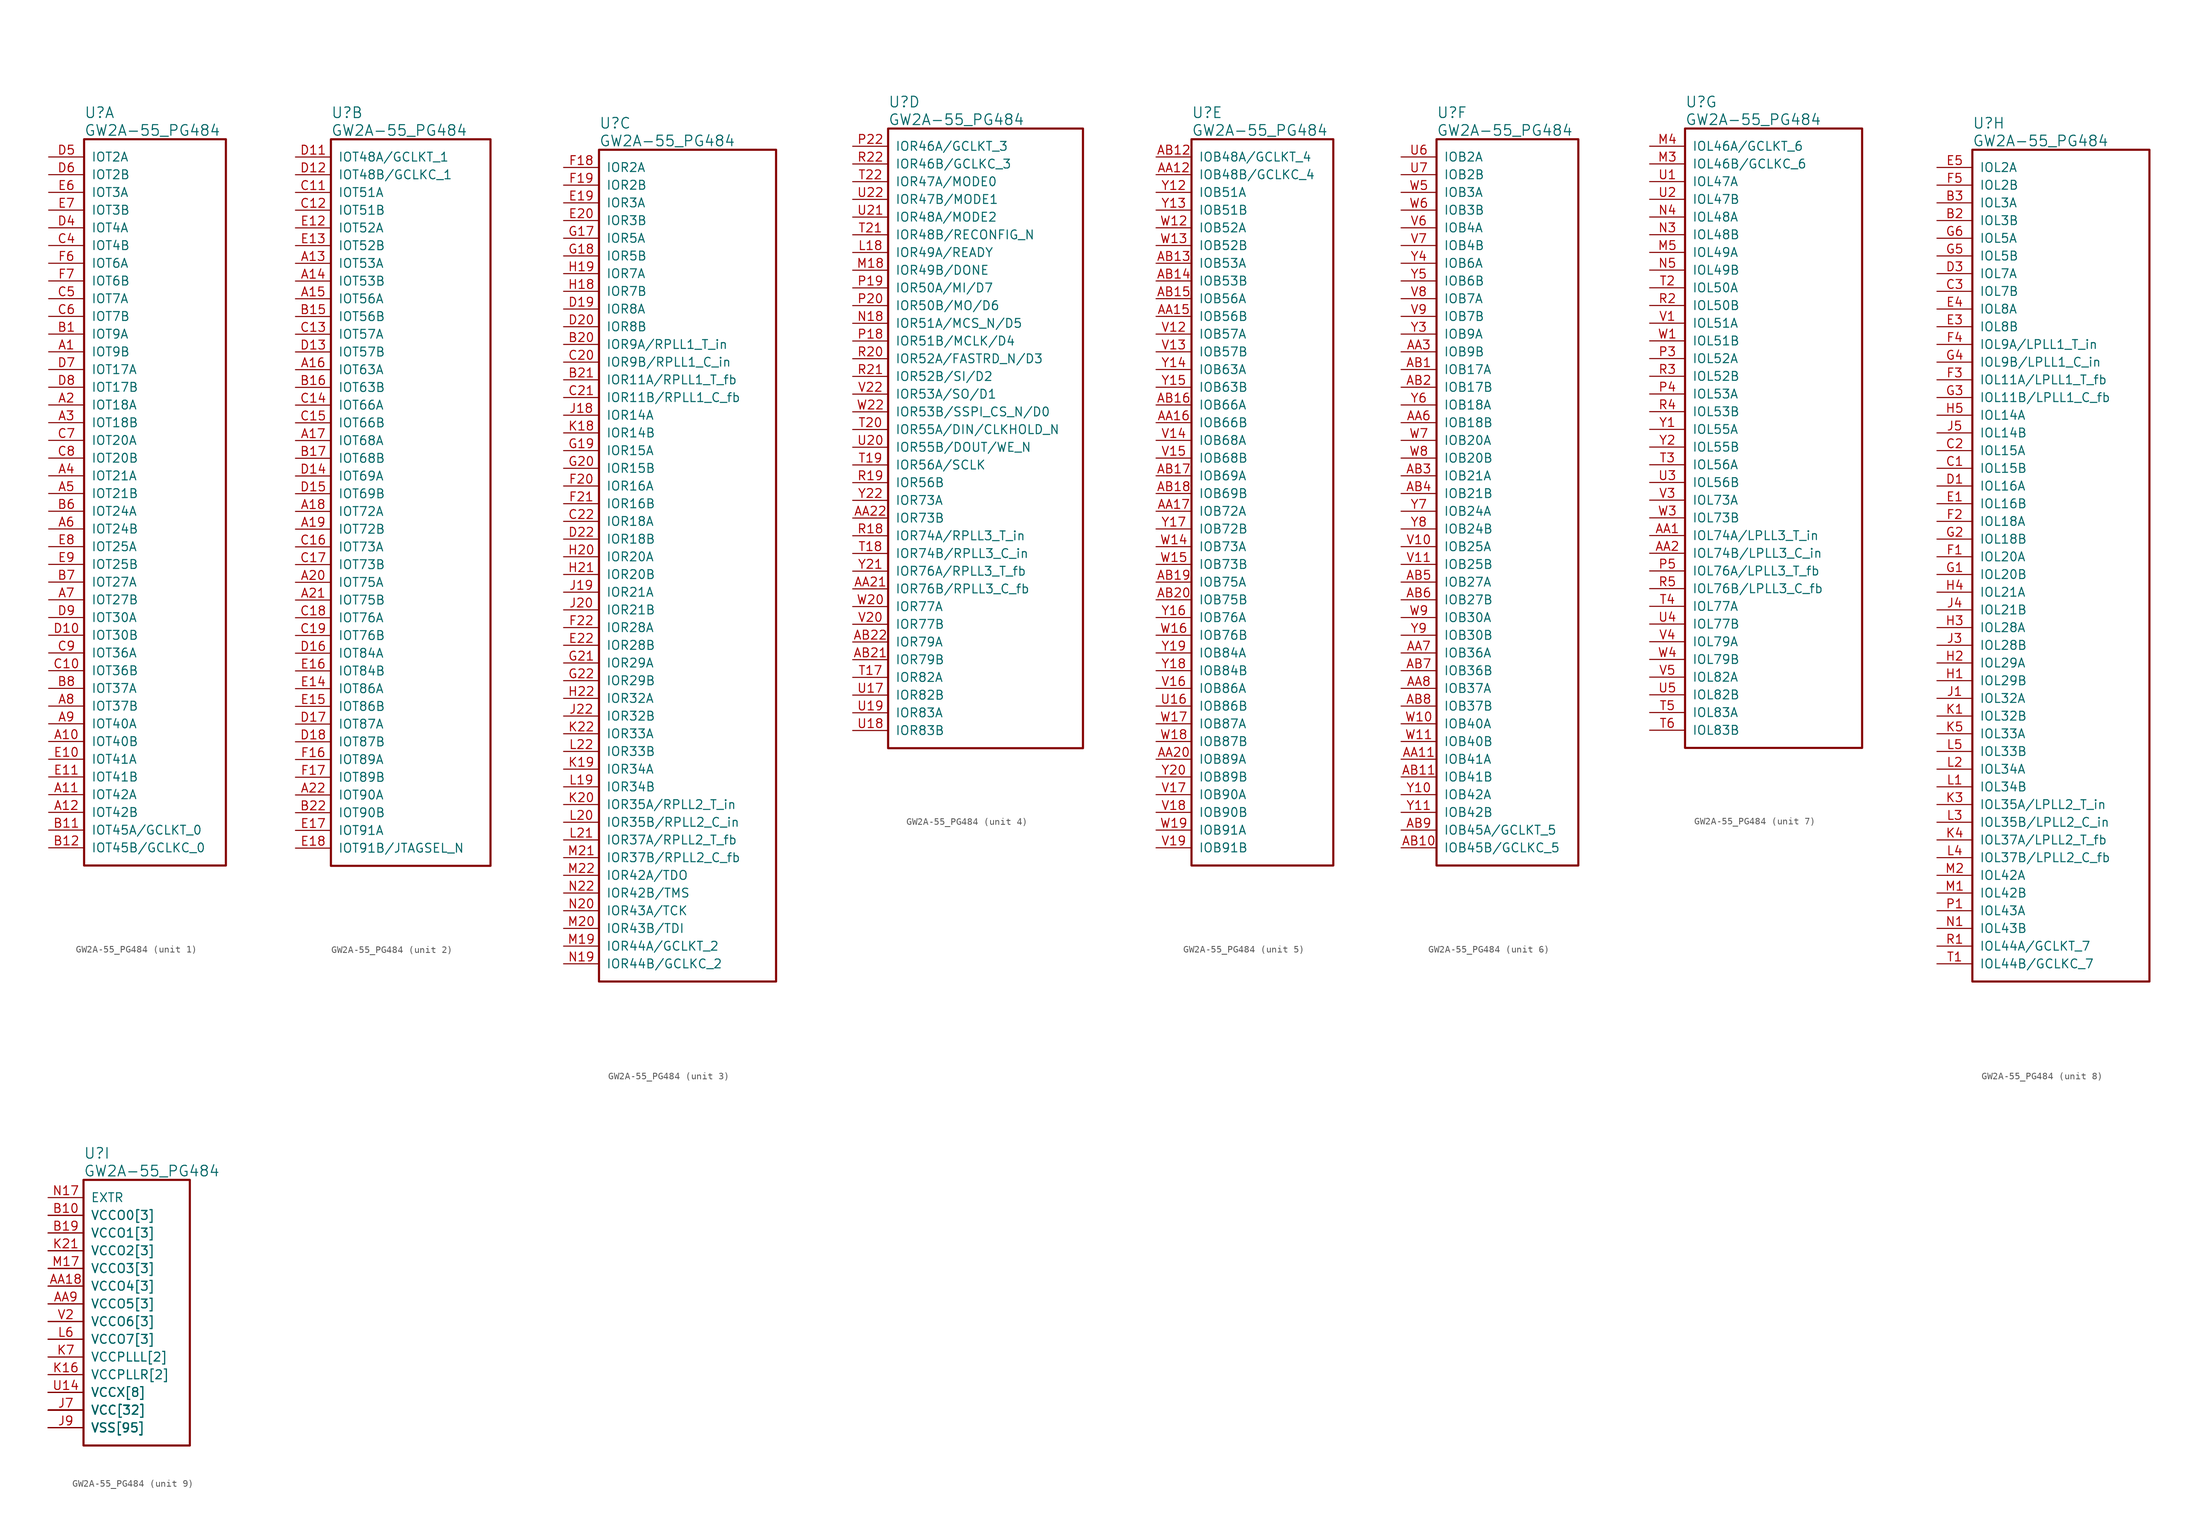
<source format=kicad_sym>
(kicad_symbol_lib
  (version 20220914)
  (generator kicad_symbol_editor)
  (symbol "GW2A-55_PG484"
    (pin_names
      (offset 1.016))
    (property "Reference" "U"
      (at 5.08 6.35 0)
      (effects (font (size 1.524 1.524)) (justify left)))
    (property "Value" "GW2A-55_PG484"
      (at 5.08 3.81 0)
      (effects (font (size 1.524 1.524)) (justify left)))
    (property "ki_locked" ""
      (at 0 0 0)
      (effects (font (size 1.27 1.27))))
    (symbol "GW2A-55_PG484_1_1"
      (rectangle (start 5.08 2.54) (end 25.4 -101.6) (stroke (width 0.305) (type solid)) (fill (type none)))
      (pin bidirectional line (at 0 -27.94 0) (length 5.08) (name "IOT9B" (effects (font (size 1.27 1.27)))) (number "A1" (effects (font (size 1.27 1.27)))))
      (pin bidirectional line (at 0 -83.82 0) (length 5.08) (name "IOT40B" (effects (font (size 1.27 1.27)))) (number "A10" (effects (font (size 1.27 1.27)))))
      (pin bidirectional line (at 0 -91.44 0) (length 5.08) (name "IOT42A" (effects (font (size 1.27 1.27)))) (number "A11" (effects (font (size 1.27 1.27)))))
      (pin bidirectional line (at 0 -93.98 0) (length 5.08) (name "IOT42B" (effects (font (size 1.27 1.27)))) (number "A12" (effects (font (size 1.27 1.27)))))
      (pin bidirectional line (at 0 -35.56 0) (length 5.08) (name "IOT18A" (effects (font (size 1.27 1.27)))) (number "A2" (effects (font (size 1.27 1.27)))))
      (pin bidirectional line (at 0 -38.1 0) (length 5.08) (name "IOT18B" (effects (font (size 1.27 1.27)))) (number "A3" (effects (font (size 1.27 1.27)))))
      (pin bidirectional line (at 0 -45.72 0) (length 5.08) (name "IOT21A" (effects (font (size 1.27 1.27)))) (number "A4" (effects (font (size 1.27 1.27)))))
      (pin bidirectional line (at 0 -48.26 0) (length 5.08) (name "IOT21B" (effects (font (size 1.27 1.27)))) (number "A5" (effects (font (size 1.27 1.27)))))
      (pin bidirectional line (at 0 -53.34 0) (length 5.08) (name "IOT24B" (effects (font (size 1.27 1.27)))) (number "A6" (effects (font (size 1.27 1.27)))))
      (pin bidirectional line (at 0 -63.5 0) (length 5.08) (name "IOT27B" (effects (font (size 1.27 1.27)))) (number "A7" (effects (font (size 1.27 1.27)))))
      (pin bidirectional line (at 0 -78.74 0) (length 5.08) (name "IOT37B" (effects (font (size 1.27 1.27)))) (number "A8" (effects (font (size 1.27 1.27)))))
      (pin bidirectional line (at 0 -81.28 0) (length 5.08) (name "IOT40A" (effects (font (size 1.27 1.27)))) (number "A9" (effects (font (size 1.27 1.27)))))
      (pin bidirectional line (at 0 -25.4 0) (length 5.08) (name "IOT9A" (effects (font (size 1.27 1.27)))) (number "B1" (effects (font (size 1.27 1.27)))))
      (pin bidirectional line (at 0 -96.52 0) (length 5.08) (name "IOT45A/GCLKT_0" (effects (font (size 1.27 1.27)))) (number "B11" (effects (font (size 1.27 1.27)))))
      (pin bidirectional line (at 0 -99.06 0) (length 5.08) (name "IOT45B/GCLKC_0" (effects (font (size 1.27 1.27)))) (number "B12" (effects (font (size 1.27 1.27)))))
      (pin bidirectional line (at 0 -50.8 0) (length 5.08) (name "IOT24A" (effects (font (size 1.27 1.27)))) (number "B6" (effects (font (size 1.27 1.27)))))
      (pin bidirectional line (at 0 -60.96 0) (length 5.08) (name "IOT27A" (effects (font (size 1.27 1.27)))) (number "B7" (effects (font (size 1.27 1.27)))))
      (pin bidirectional line (at 0 -76.2 0) (length 5.08) (name "IOT37A" (effects (font (size 1.27 1.27)))) (number "B8" (effects (font (size 1.27 1.27)))))
      (pin bidirectional line (at 0 -73.66 0) (length 5.08) (name "IOT36B" (effects (font (size 1.27 1.27)))) (number "C10" (effects (font (size 1.27 1.27)))))
      (pin bidirectional line (at 0 -12.7 0) (length 5.08) (name "IOT4B" (effects (font (size 1.27 1.27)))) (number "C4" (effects (font (size 1.27 1.27)))))
      (pin bidirectional line (at 0 -20.32 0) (length 5.08) (name "IOT7A" (effects (font (size 1.27 1.27)))) (number "C5" (effects (font (size 1.27 1.27)))))
      (pin bidirectional line (at 0 -22.86 0) (length 5.08) (name "IOT7B" (effects (font (size 1.27 1.27)))) (number "C6" (effects (font (size 1.27 1.27)))))
      (pin bidirectional line (at 0 -40.64 0) (length 5.08) (name "IOT20A" (effects (font (size 1.27 1.27)))) (number "C7" (effects (font (size 1.27 1.27)))))
      (pin bidirectional line (at 0 -43.18 0) (length 5.08) (name "IOT20B" (effects (font (size 1.27 1.27)))) (number "C8" (effects (font (size 1.27 1.27)))))
      (pin bidirectional line (at 0 -71.12 0) (length 5.08) (name "IOT36A" (effects (font (size 1.27 1.27)))) (number "C9" (effects (font (size 1.27 1.27)))))
      (pin bidirectional line (at 0 -68.58 0) (length 5.08) (name "IOT30B" (effects (font (size 1.27 1.27)))) (number "D10" (effects (font (size 1.27 1.27)))))
      (pin bidirectional line (at 0 -10.16 0) (length 5.08) (name "IOT4A" (effects (font (size 1.27 1.27)))) (number "D4" (effects (font (size 1.27 1.27)))))
      (pin bidirectional line (at 0 0 0) (length 5.08) (name "IOT2A" (effects (font (size 1.27 1.27)))) (number "D5" (effects (font (size 1.27 1.27)))))
      (pin bidirectional line (at 0 -2.54 0) (length 5.08) (name "IOT2B" (effects (font (size 1.27 1.27)))) (number "D6" (effects (font (size 1.27 1.27)))))
      (pin bidirectional line (at 0 -30.48 0) (length 5.08) (name "IOT17A" (effects (font (size 1.27 1.27)))) (number "D7" (effects (font (size 1.27 1.27)))))
      (pin bidirectional line (at 0 -33.02 0) (length 5.08) (name "IOT17B" (effects (font (size 1.27 1.27)))) (number "D8" (effects (font (size 1.27 1.27)))))
      (pin bidirectional line (at 0 -66.04 0) (length 5.08) (name "IOT30A" (effects (font (size 1.27 1.27)))) (number "D9" (effects (font (size 1.27 1.27)))))
      (pin bidirectional line (at 0 -86.36 0) (length 5.08) (name "IOT41A" (effects (font (size 1.27 1.27)))) (number "E10" (effects (font (size 1.27 1.27)))))
      (pin bidirectional line (at 0 -88.9 0) (length 5.08) (name "IOT41B" (effects (font (size 1.27 1.27)))) (number "E11" (effects (font (size 1.27 1.27)))))
      (pin bidirectional line (at 0 -5.08 0) (length 5.08) (name "IOT3A" (effects (font (size 1.27 1.27)))) (number "E6" (effects (font (size 1.27 1.27)))))
      (pin bidirectional line (at 0 -7.62 0) (length 5.08) (name "IOT3B" (effects (font (size 1.27 1.27)))) (number "E7" (effects (font (size 1.27 1.27)))))
      (pin bidirectional line (at 0 -55.88 0) (length 5.08) (name "IOT25A" (effects (font (size 1.27 1.27)))) (number "E8" (effects (font (size 1.27 1.27)))))
      (pin bidirectional line (at 0 -58.42 0) (length 5.08) (name "IOT25B" (effects (font (size 1.27 1.27)))) (number "E9" (effects (font (size 1.27 1.27)))))
      (pin bidirectional line (at 0 -15.24 0) (length 5.08) (name "IOT6A" (effects (font (size 1.27 1.27)))) (number "F6" (effects (font (size 1.27 1.27)))))
      (pin bidirectional line (at 0 -17.78 0) (length 5.08) (name "IOT6B" (effects (font (size 1.27 1.27)))) (number "F7" (effects (font (size 1.27 1.27))))))
    (symbol "GW2A-55_PG484_2_1"
      (rectangle (start 5.08 2.54) (end 27.94 -101.6) (stroke (width 0.305) (type solid)) (fill (type none)))
      (pin bidirectional line (at 0 -15.24 0) (length 5.08) (name "IOT53A" (effects (font (size 1.27 1.27)))) (number "A13" (effects (font (size 1.27 1.27)))))
      (pin bidirectional line (at 0 -17.78 0) (length 5.08) (name "IOT53B" (effects (font (size 1.27 1.27)))) (number "A14" (effects (font (size 1.27 1.27)))))
      (pin bidirectional line (at 0 -20.32 0) (length 5.08) (name "IOT56A" (effects (font (size 1.27 1.27)))) (number "A15" (effects (font (size 1.27 1.27)))))
      (pin bidirectional line (at 0 -30.48 0) (length 5.08) (name "IOT63A" (effects (font (size 1.27 1.27)))) (number "A16" (effects (font (size 1.27 1.27)))))
      (pin bidirectional line (at 0 -40.64 0) (length 5.08) (name "IOT68A" (effects (font (size 1.27 1.27)))) (number "A17" (effects (font (size 1.27 1.27)))))
      (pin bidirectional line (at 0 -50.8 0) (length 5.08) (name "IOT72A" (effects (font (size 1.27 1.27)))) (number "A18" (effects (font (size 1.27 1.27)))))
      (pin bidirectional line (at 0 -53.34 0) (length 5.08) (name "IOT72B" (effects (font (size 1.27 1.27)))) (number "A19" (effects (font (size 1.27 1.27)))))
      (pin bidirectional line (at 0 -60.96 0) (length 5.08) (name "IOT75A" (effects (font (size 1.27 1.27)))) (number "A20" (effects (font (size 1.27 1.27)))))
      (pin bidirectional line (at 0 -63.5 0) (length 5.08) (name "IOT75B" (effects (font (size 1.27 1.27)))) (number "A21" (effects (font (size 1.27 1.27)))))
      (pin bidirectional line (at 0 -91.44 0) (length 5.08) (name "IOT90A" (effects (font (size 1.27 1.27)))) (number "A22" (effects (font (size 1.27 1.27)))))
      (pin bidirectional line (at 0 -22.86 0) (length 5.08) (name "IOT56B" (effects (font (size 1.27 1.27)))) (number "B15" (effects (font (size 1.27 1.27)))))
      (pin bidirectional line (at 0 -33.02 0) (length 5.08) (name "IOT63B" (effects (font (size 1.27 1.27)))) (number "B16" (effects (font (size 1.27 1.27)))))
      (pin bidirectional line (at 0 -43.18 0) (length 5.08) (name "IOT68B" (effects (font (size 1.27 1.27)))) (number "B17" (effects (font (size 1.27 1.27)))))
      (pin bidirectional line (at 0 -93.98 0) (length 5.08) (name "IOT90B" (effects (font (size 1.27 1.27)))) (number "B22" (effects (font (size 1.27 1.27)))))
      (pin bidirectional line (at 0 -5.08 0) (length 5.08) (name "IOT51A" (effects (font (size 1.27 1.27)))) (number "C11" (effects (font (size 1.27 1.27)))))
      (pin bidirectional line (at 0 -7.62 0) (length 5.08) (name "IOT51B" (effects (font (size 1.27 1.27)))) (number "C12" (effects (font (size 1.27 1.27)))))
      (pin bidirectional line (at 0 -25.4 0) (length 5.08) (name "IOT57A" (effects (font (size 1.27 1.27)))) (number "C13" (effects (font (size 1.27 1.27)))))
      (pin bidirectional line (at 0 -35.56 0) (length 5.08) (name "IOT66A" (effects (font (size 1.27 1.27)))) (number "C14" (effects (font (size 1.27 1.27)))))
      (pin bidirectional line (at 0 -38.1 0) (length 5.08) (name "IOT66B" (effects (font (size 1.27 1.27)))) (number "C15" (effects (font (size 1.27 1.27)))))
      (pin bidirectional line (at 0 -55.88 0) (length 5.08) (name "IOT73A" (effects (font (size 1.27 1.27)))) (number "C16" (effects (font (size 1.27 1.27)))))
      (pin bidirectional line (at 0 -58.42 0) (length 5.08) (name "IOT73B" (effects (font (size 1.27 1.27)))) (number "C17" (effects (font (size 1.27 1.27)))))
      (pin bidirectional line (at 0 -66.04 0) (length 5.08) (name "IOT76A" (effects (font (size 1.27 1.27)))) (number "C18" (effects (font (size 1.27 1.27)))))
      (pin bidirectional line (at 0 -68.58 0) (length 5.08) (name "IOT76B" (effects (font (size 1.27 1.27)))) (number "C19" (effects (font (size 1.27 1.27)))))
      (pin bidirectional line (at 0 0 0) (length 5.08) (name "IOT48A/GCLKT_1" (effects (font (size 1.27 1.27)))) (number "D11" (effects (font (size 1.27 1.27)))))
      (pin bidirectional line (at 0 -2.54 0) (length 5.08) (name "IOT48B/GCLKC_1" (effects (font (size 1.27 1.27)))) (number "D12" (effects (font (size 1.27 1.27)))))
      (pin bidirectional line (at 0 -27.94 0) (length 5.08) (name "IOT57B" (effects (font (size 1.27 1.27)))) (number "D13" (effects (font (size 1.27 1.27)))))
      (pin bidirectional line (at 0 -45.72 0) (length 5.08) (name "IOT69A" (effects (font (size 1.27 1.27)))) (number "D14" (effects (font (size 1.27 1.27)))))
      (pin bidirectional line (at 0 -48.26 0) (length 5.08) (name "IOT69B" (effects (font (size 1.27 1.27)))) (number "D15" (effects (font (size 1.27 1.27)))))
      (pin bidirectional line (at 0 -71.12 0) (length 5.08) (name "IOT84A" (effects (font (size 1.27 1.27)))) (number "D16" (effects (font (size 1.27 1.27)))))
      (pin bidirectional line (at 0 -81.28 0) (length 5.08) (name "IOT87A" (effects (font (size 1.27 1.27)))) (number "D17" (effects (font (size 1.27 1.27)))))
      (pin bidirectional line (at 0 -83.82 0) (length 5.08) (name "IOT87B" (effects (font (size 1.27 1.27)))) (number "D18" (effects (font (size 1.27 1.27)))))
      (pin bidirectional line (at 0 -10.16 0) (length 5.08) (name "IOT52A" (effects (font (size 1.27 1.27)))) (number "E12" (effects (font (size 1.27 1.27)))))
      (pin bidirectional line (at 0 -12.7 0) (length 5.08) (name "IOT52B" (effects (font (size 1.27 1.27)))) (number "E13" (effects (font (size 1.27 1.27)))))
      (pin bidirectional line (at 0 -76.2 0) (length 5.08) (name "IOT86A" (effects (font (size 1.27 1.27)))) (number "E14" (effects (font (size 1.27 1.27)))))
      (pin bidirectional line (at 0 -78.74 0) (length 5.08) (name "IOT86B" (effects (font (size 1.27 1.27)))) (number "E15" (effects (font (size 1.27 1.27)))))
      (pin bidirectional line (at 0 -73.66 0) (length 5.08) (name "IOT84B" (effects (font (size 1.27 1.27)))) (number "E16" (effects (font (size 1.27 1.27)))))
      (pin bidirectional line (at 0 -96.52 0) (length 5.08) (name "IOT91A" (effects (font (size 1.27 1.27)))) (number "E17" (effects (font (size 1.27 1.27)))))
      (pin bidirectional line (at 0 -99.06 0) (length 5.08) (name "IOT91B/JTAGSEL_N" (effects (font (size 1.27 1.27)))) (number "E18" (effects (font (size 1.27 1.27)))))
      (pin bidirectional line (at 0 -86.36 0) (length 5.08) (name "IOT89A" (effects (font (size 1.27 1.27)))) (number "F16" (effects (font (size 1.27 1.27)))))
      (pin bidirectional line (at 0 -88.9 0) (length 5.08) (name "IOT89B" (effects (font (size 1.27 1.27)))) (number "F17" (effects (font (size 1.27 1.27))))))
    (symbol "GW2A-55_PG484_3_1"
      (rectangle (start 5.08 2.54) (end 30.48 -116.84) (stroke (width 0.305) (type solid)) (fill (type none)))
      (pin bidirectional line (at 0 -25.4 0) (length 5.08) (name "IOR9A/RPLL1_T_in" (effects (font (size 1.27 1.27)))) (number "B20" (effects (font (size 1.27 1.27)))))
      (pin bidirectional line (at 0 -30.48 0) (length 5.08) (name "IOR11A/RPLL1_T_fb" (effects (font (size 1.27 1.27)))) (number "B21" (effects (font (size 1.27 1.27)))))
      (pin bidirectional line (at 0 -27.94 0) (length 5.08) (name "IOR9B/RPLL1_C_in" (effects (font (size 1.27 1.27)))) (number "C20" (effects (font (size 1.27 1.27)))))
      (pin bidirectional line (at 0 -33.02 0) (length 5.08) (name "IOR11B/RPLL1_C_fb" (effects (font (size 1.27 1.27)))) (number "C21" (effects (font (size 1.27 1.27)))))
      (pin bidirectional line (at 0 -50.8 0) (length 5.08) (name "IOR18A" (effects (font (size 1.27 1.27)))) (number "C22" (effects (font (size 1.27 1.27)))))
      (pin bidirectional line (at 0 -20.32 0) (length 5.08) (name "IOR8A" (effects (font (size 1.27 1.27)))) (number "D19" (effects (font (size 1.27 1.27)))))
      (pin bidirectional line (at 0 -22.86 0) (length 5.08) (name "IOR8B" (effects (font (size 1.27 1.27)))) (number "D20" (effects (font (size 1.27 1.27)))))
      (pin bidirectional line (at 0 -53.34 0) (length 5.08) (name "IOR18B" (effects (font (size 1.27 1.27)))) (number "D22" (effects (font (size 1.27 1.27)))))
      (pin bidirectional line (at 0 -5.08 0) (length 5.08) (name "IOR3A" (effects (font (size 1.27 1.27)))) (number "E19" (effects (font (size 1.27 1.27)))))
      (pin bidirectional line (at 0 -7.62 0) (length 5.08) (name "IOR3B" (effects (font (size 1.27 1.27)))) (number "E20" (effects (font (size 1.27 1.27)))))
      (pin bidirectional line (at 0 -68.58 0) (length 5.08) (name "IOR28B" (effects (font (size 1.27 1.27)))) (number "E22" (effects (font (size 1.27 1.27)))))
      (pin bidirectional line (at 0 0 0) (length 5.08) (name "IOR2A" (effects (font (size 1.27 1.27)))) (number "F18" (effects (font (size 1.27 1.27)))))
      (pin bidirectional line (at 0 -2.54 0) (length 5.08) (name "IOR2B" (effects (font (size 1.27 1.27)))) (number "F19" (effects (font (size 1.27 1.27)))))
      (pin bidirectional line (at 0 -45.72 0) (length 5.08) (name "IOR16A" (effects (font (size 1.27 1.27)))) (number "F20" (effects (font (size 1.27 1.27)))))
      (pin bidirectional line (at 0 -48.26 0) (length 5.08) (name "IOR16B" (effects (font (size 1.27 1.27)))) (number "F21" (effects (font (size 1.27 1.27)))))
      (pin bidirectional line (at 0 -66.04 0) (length 5.08) (name "IOR28A" (effects (font (size 1.27 1.27)))) (number "F22" (effects (font (size 1.27 1.27)))))
      (pin bidirectional line (at 0 -10.16 0) (length 5.08) (name "IOR5A" (effects (font (size 1.27 1.27)))) (number "G17" (effects (font (size 1.27 1.27)))))
      (pin bidirectional line (at 0 -12.7 0) (length 5.08) (name "IOR5B" (effects (font (size 1.27 1.27)))) (number "G18" (effects (font (size 1.27 1.27)))))
      (pin bidirectional line (at 0 -40.64 0) (length 5.08) (name "IOR15A" (effects (font (size 1.27 1.27)))) (number "G19" (effects (font (size 1.27 1.27)))))
      (pin bidirectional line (at 0 -43.18 0) (length 5.08) (name "IOR15B" (effects (font (size 1.27 1.27)))) (number "G20" (effects (font (size 1.27 1.27)))))
      (pin bidirectional line (at 0 -71.12 0) (length 5.08) (name "IOR29A" (effects (font (size 1.27 1.27)))) (number "G21" (effects (font (size 1.27 1.27)))))
      (pin bidirectional line (at 0 -73.66 0) (length 5.08) (name "IOR29B" (effects (font (size 1.27 1.27)))) (number "G22" (effects (font (size 1.27 1.27)))))
      (pin bidirectional line (at 0 -17.78 0) (length 5.08) (name "IOR7B" (effects (font (size 1.27 1.27)))) (number "H18" (effects (font (size 1.27 1.27)))))
      (pin bidirectional line (at 0 -15.24 0) (length 5.08) (name "IOR7A" (effects (font (size 1.27 1.27)))) (number "H19" (effects (font (size 1.27 1.27)))))
      (pin bidirectional line (at 0 -55.88 0) (length 5.08) (name "IOR20A" (effects (font (size 1.27 1.27)))) (number "H20" (effects (font (size 1.27 1.27)))))
      (pin bidirectional line (at 0 -58.42 0) (length 5.08) (name "IOR20B" (effects (font (size 1.27 1.27)))) (number "H21" (effects (font (size 1.27 1.27)))))
      (pin bidirectional line (at 0 -76.2 0) (length 5.08) (name "IOR32A" (effects (font (size 1.27 1.27)))) (number "H22" (effects (font (size 1.27 1.27)))))
      (pin bidirectional line (at 0 -35.56 0) (length 5.08) (name "IOR14A" (effects (font (size 1.27 1.27)))) (number "J18" (effects (font (size 1.27 1.27)))))
      (pin bidirectional line (at 0 -60.96 0) (length 5.08) (name "IOR21A" (effects (font (size 1.27 1.27)))) (number "J19" (effects (font (size 1.27 1.27)))))
      (pin bidirectional line (at 0 -63.5 0) (length 5.08) (name "IOR21B" (effects (font (size 1.27 1.27)))) (number "J20" (effects (font (size 1.27 1.27)))))
      (pin bidirectional line (at 0 -78.74 0) (length 5.08) (name "IOR32B" (effects (font (size 1.27 1.27)))) (number "J22" (effects (font (size 1.27 1.27)))))
      (pin bidirectional line (at 0 -38.1 0) (length 5.08) (name "IOR14B" (effects (font (size 1.27 1.27)))) (number "K18" (effects (font (size 1.27 1.27)))))
      (pin bidirectional line (at 0 -86.36 0) (length 5.08) (name "IOR34A" (effects (font (size 1.27 1.27)))) (number "K19" (effects (font (size 1.27 1.27)))))
      (pin bidirectional line (at 0 -91.44 0) (length 5.08) (name "IOR35A/RPLL2_T_in" (effects (font (size 1.27 1.27)))) (number "K20" (effects (font (size 1.27 1.27)))))
      (pin bidirectional line (at 0 -81.28 0) (length 5.08) (name "IOR33A" (effects (font (size 1.27 1.27)))) (number "K22" (effects (font (size 1.27 1.27)))))
      (pin bidirectional line (at 0 -88.9 0) (length 5.08) (name "IOR34B" (effects (font (size 1.27 1.27)))) (number "L19" (effects (font (size 1.27 1.27)))))
      (pin bidirectional line (at 0 -93.98 0) (length 5.08) (name "IOR35B/RPLL2_C_in" (effects (font (size 1.27 1.27)))) (number "L20" (effects (font (size 1.27 1.27)))))
      (pin bidirectional line (at 0 -96.52 0) (length 5.08) (name "IOR37A/RPLL2_T_fb" (effects (font (size 1.27 1.27)))) (number "L21" (effects (font (size 1.27 1.27)))))
      (pin bidirectional line (at 0 -83.82 0) (length 5.08) (name "IOR33B" (effects (font (size 1.27 1.27)))) (number "L22" (effects (font (size 1.27 1.27)))))
      (pin bidirectional line (at 0 -111.76 0) (length 5.08) (name "IOR44A/GCLKT_2" (effects (font (size 1.27 1.27)))) (number "M19" (effects (font (size 1.27 1.27)))))
      (pin bidirectional line (at 0 -109.22 0) (length 5.08) (name "IOR43B/TDI" (effects (font (size 1.27 1.27)))) (number "M20" (effects (font (size 1.27 1.27)))))
      (pin bidirectional line (at 0 -99.06 0) (length 5.08) (name "IOR37B/RPLL2_C_fb" (effects (font (size 1.27 1.27)))) (number "M21" (effects (font (size 1.27 1.27)))))
      (pin bidirectional line (at 0 -101.6 0) (length 5.08) (name "IOR42A/TDO" (effects (font (size 1.27 1.27)))) (number "M22" (effects (font (size 1.27 1.27)))))
      (pin bidirectional line (at 0 -114.3 0) (length 5.08) (name "IOR44B/GCLKC_2" (effects (font (size 1.27 1.27)))) (number "N19" (effects (font (size 1.27 1.27)))))
      (pin bidirectional line (at 0 -106.68 0) (length 5.08) (name "IOR43A/TCK" (effects (font (size 1.27 1.27)))) (number "N20" (effects (font (size 1.27 1.27)))))
      (pin bidirectional line (at 0 -104.14 0) (length 5.08) (name "IOR42B/TMS" (effects (font (size 1.27 1.27)))) (number "N22" (effects (font (size 1.27 1.27))))))
    (symbol "GW2A-55_PG484_4_1"
      (rectangle (start 5.08 2.54) (end 33.02 -86.36) (stroke (width 0.305) (type solid)) (fill (type none)))
      (pin bidirectional line (at 0 -63.5 0) (length 5.08) (name "IOR76B/RPLL3_C_fb" (effects (font (size 1.27 1.27)))) (number "AA21" (effects (font (size 1.27 1.27)))))
      (pin bidirectional line (at 0 -53.34 0) (length 5.08) (name "IOR73B" (effects (font (size 1.27 1.27)))) (number "AA22" (effects (font (size 1.27 1.27)))))
      (pin bidirectional line (at 0 -73.66 0) (length 5.08) (name "IOR79B" (effects (font (size 1.27 1.27)))) (number "AB21" (effects (font (size 1.27 1.27)))))
      (pin bidirectional line (at 0 -71.12 0) (length 5.08) (name "IOR79A" (effects (font (size 1.27 1.27)))) (number "AB22" (effects (font (size 1.27 1.27)))))
      (pin bidirectional line (at 0 -15.24 0) (length 5.08) (name "IOR49A/READY" (effects (font (size 1.27 1.27)))) (number "L18" (effects (font (size 1.27 1.27)))))
      (pin bidirectional line (at 0 -17.78 0) (length 5.08) (name "IOR49B/DONE" (effects (font (size 1.27 1.27)))) (number "M18" (effects (font (size 1.27 1.27)))))
      (pin bidirectional line (at 0 -25.4 0) (length 5.08) (name "IOR51A/MCS_N/D5" (effects (font (size 1.27 1.27)))) (number "N18" (effects (font (size 1.27 1.27)))))
      (pin bidirectional line (at 0 -27.94 0) (length 5.08) (name "IOR51B/MCLK/D4" (effects (font (size 1.27 1.27)))) (number "P18" (effects (font (size 1.27 1.27)))))
      (pin bidirectional line (at 0 -20.32 0) (length 5.08) (name "IOR50A/MI/D7" (effects (font (size 1.27 1.27)))) (number "P19" (effects (font (size 1.27 1.27)))))
      (pin bidirectional line (at 0 -22.86 0) (length 5.08) (name "IOR50B/MO/D6" (effects (font (size 1.27 1.27)))) (number "P20" (effects (font (size 1.27 1.27)))))
      (pin bidirectional line (at 0 0 0) (length 5.08) (name "IOR46A/GCLKT_3" (effects (font (size 1.27 1.27)))) (number "P22" (effects (font (size 1.27 1.27)))))
      (pin bidirectional line (at 0 -55.88 0) (length 5.08) (name "IOR74A/RPLL3_T_in" (effects (font (size 1.27 1.27)))) (number "R18" (effects (font (size 1.27 1.27)))))
      (pin bidirectional line (at 0 -48.26 0) (length 5.08) (name "IOR56B" (effects (font (size 1.27 1.27)))) (number "R19" (effects (font (size 1.27 1.27)))))
      (pin bidirectional line (at 0 -30.48 0) (length 5.08) (name "IOR52A/FASTRD_N/D3" (effects (font (size 1.27 1.27)))) (number "R20" (effects (font (size 1.27 1.27)))))
      (pin bidirectional line (at 0 -33.02 0) (length 5.08) (name "IOR52B/SI/D2" (effects (font (size 1.27 1.27)))) (number "R21" (effects (font (size 1.27 1.27)))))
      (pin bidirectional line (at 0 -2.54 0) (length 5.08) (name "IOR46B/GCLKC_3" (effects (font (size 1.27 1.27)))) (number "R22" (effects (font (size 1.27 1.27)))))
      (pin bidirectional line (at 0 -76.2 0) (length 5.08) (name "IOR82A" (effects (font (size 1.27 1.27)))) (number "T17" (effects (font (size 1.27 1.27)))))
      (pin bidirectional line (at 0 -58.42 0) (length 5.08) (name "IOR74B/RPLL3_C_in" (effects (font (size 1.27 1.27)))) (number "T18" (effects (font (size 1.27 1.27)))))
      (pin bidirectional line (at 0 -45.72 0) (length 5.08) (name "IOR56A/SCLK" (effects (font (size 1.27 1.27)))) (number "T19" (effects (font (size 1.27 1.27)))))
      (pin bidirectional line (at 0 -40.64 0) (length 5.08) (name "IOR55A/DIN/CLKHOLD_N" (effects (font (size 1.27 1.27)))) (number "T20" (effects (font (size 1.27 1.27)))))
      (pin bidirectional line (at 0 -12.7 0) (length 5.08) (name "IOR48B/RECONFIG_N" (effects (font (size 1.27 1.27)))) (number "T21" (effects (font (size 1.27 1.27)))))
      (pin bidirectional line (at 0 -5.08 0) (length 5.08) (name "IOR47A/MODE0" (effects (font (size 1.27 1.27)))) (number "T22" (effects (font (size 1.27 1.27)))))
      (pin bidirectional line (at 0 -78.74 0) (length 5.08) (name "IOR82B" (effects (font (size 1.27 1.27)))) (number "U17" (effects (font (size 1.27 1.27)))))
      (pin bidirectional line (at 0 -83.82 0) (length 5.08) (name "IOR83B" (effects (font (size 1.27 1.27)))) (number "U18" (effects (font (size 1.27 1.27)))))
      (pin bidirectional line (at 0 -81.28 0) (length 5.08) (name "IOR83A" (effects (font (size 1.27 1.27)))) (number "U19" (effects (font (size 1.27 1.27)))))
      (pin bidirectional line (at 0 -43.18 0) (length 5.08) (name "IOR55B/DOUT/WE_N" (effects (font (size 1.27 1.27)))) (number "U20" (effects (font (size 1.27 1.27)))))
      (pin bidirectional line (at 0 -10.16 0) (length 5.08) (name "IOR48A/MODE2" (effects (font (size 1.27 1.27)))) (number "U21" (effects (font (size 1.27 1.27)))))
      (pin bidirectional line (at 0 -7.62 0) (length 5.08) (name "IOR47B/MODE1" (effects (font (size 1.27 1.27)))) (number "U22" (effects (font (size 1.27 1.27)))))
      (pin bidirectional line (at 0 -68.58 0) (length 5.08) (name "IOR77B" (effects (font (size 1.27 1.27)))) (number "V20" (effects (font (size 1.27 1.27)))))
      (pin bidirectional line (at 0 -35.56 0) (length 5.08) (name "IOR53A/SO/D1" (effects (font (size 1.27 1.27)))) (number "V22" (effects (font (size 1.27 1.27)))))
      (pin bidirectional line (at 0 -66.04 0) (length 5.08) (name "IOR77A" (effects (font (size 1.27 1.27)))) (number "W20" (effects (font (size 1.27 1.27)))))
      (pin bidirectional line (at 0 -38.1 0) (length 5.08) (name "IOR53B/SSPI_CS_N/D0" (effects (font (size 1.27 1.27)))) (number "W22" (effects (font (size 1.27 1.27)))))
      (pin bidirectional line (at 0 -60.96 0) (length 5.08) (name "IOR76A/RPLL3_T_fb" (effects (font (size 1.27 1.27)))) (number "Y21" (effects (font (size 1.27 1.27)))))
      (pin bidirectional line (at 0 -50.8 0) (length 5.08) (name "IOR73A" (effects (font (size 1.27 1.27)))) (number "Y22" (effects (font (size 1.27 1.27))))))
    (symbol "GW2A-55_PG484_5_1"
      (rectangle (start 5.08 2.54) (end 25.4 -101.6) (stroke (width 0.305) (type solid)) (fill (type none)))
      (pin bidirectional line (at 0 -2.54 0) (length 5.08) (name "IOB48B/GCLKC_4" (effects (font (size 1.27 1.27)))) (number "AA12" (effects (font (size 1.27 1.27)))))
      (pin bidirectional line (at 0 -22.86 0) (length 5.08) (name "IOB56B" (effects (font (size 1.27 1.27)))) (number "AA15" (effects (font (size 1.27 1.27)))))
      (pin bidirectional line (at 0 -38.1 0) (length 5.08) (name "IOB66B" (effects (font (size 1.27 1.27)))) (number "AA16" (effects (font (size 1.27 1.27)))))
      (pin bidirectional line (at 0 -50.8 0) (length 5.08) (name "IOB72A" (effects (font (size 1.27 1.27)))) (number "AA17" (effects (font (size 1.27 1.27)))))
      (pin bidirectional line (at 0 -86.36 0) (length 5.08) (name "IOB89A" (effects (font (size 1.27 1.27)))) (number "AA20" (effects (font (size 1.27 1.27)))))
      (pin bidirectional line (at 0 0 0) (length 5.08) (name "IOB48A/GCLKT_4" (effects (font (size 1.27 1.27)))) (number "AB12" (effects (font (size 1.27 1.27)))))
      (pin bidirectional line (at 0 -15.24 0) (length 5.08) (name "IOB53A" (effects (font (size 1.27 1.27)))) (number "AB13" (effects (font (size 1.27 1.27)))))
      (pin bidirectional line (at 0 -17.78 0) (length 5.08) (name "IOB53B" (effects (font (size 1.27 1.27)))) (number "AB14" (effects (font (size 1.27 1.27)))))
      (pin bidirectional line (at 0 -20.32 0) (length 5.08) (name "IOB56A" (effects (font (size 1.27 1.27)))) (number "AB15" (effects (font (size 1.27 1.27)))))
      (pin bidirectional line (at 0 -35.56 0) (length 5.08) (name "IOB66A" (effects (font (size 1.27 1.27)))) (number "AB16" (effects (font (size 1.27 1.27)))))
      (pin bidirectional line (at 0 -45.72 0) (length 5.08) (name "IOB69A" (effects (font (size 1.27 1.27)))) (number "AB17" (effects (font (size 1.27 1.27)))))
      (pin bidirectional line (at 0 -48.26 0) (length 5.08) (name "IOB69B" (effects (font (size 1.27 1.27)))) (number "AB18" (effects (font (size 1.27 1.27)))))
      (pin bidirectional line (at 0 -60.96 0) (length 5.08) (name "IOB75A" (effects (font (size 1.27 1.27)))) (number "AB19" (effects (font (size 1.27 1.27)))))
      (pin bidirectional line (at 0 -63.5 0) (length 5.08) (name "IOB75B" (effects (font (size 1.27 1.27)))) (number "AB20" (effects (font (size 1.27 1.27)))))
      (pin bidirectional line (at 0 -78.74 0) (length 5.08) (name "IOB86B" (effects (font (size 1.27 1.27)))) (number "U16" (effects (font (size 1.27 1.27)))))
      (pin bidirectional line (at 0 -25.4 0) (length 5.08) (name "IOB57A" (effects (font (size 1.27 1.27)))) (number "V12" (effects (font (size 1.27 1.27)))))
      (pin bidirectional line (at 0 -27.94 0) (length 5.08) (name "IOB57B" (effects (font (size 1.27 1.27)))) (number "V13" (effects (font (size 1.27 1.27)))))
      (pin bidirectional line (at 0 -40.64 0) (length 5.08) (name "IOB68A" (effects (font (size 1.27 1.27)))) (number "V14" (effects (font (size 1.27 1.27)))))
      (pin bidirectional line (at 0 -43.18 0) (length 5.08) (name "IOB68B" (effects (font (size 1.27 1.27)))) (number "V15" (effects (font (size 1.27 1.27)))))
      (pin bidirectional line (at 0 -76.2 0) (length 5.08) (name "IOB86A" (effects (font (size 1.27 1.27)))) (number "V16" (effects (font (size 1.27 1.27)))))
      (pin bidirectional line (at 0 -91.44 0) (length 5.08) (name "IOB90A" (effects (font (size 1.27 1.27)))) (number "V17" (effects (font (size 1.27 1.27)))))
      (pin bidirectional line (at 0 -93.98 0) (length 5.08) (name "IOB90B" (effects (font (size 1.27 1.27)))) (number "V18" (effects (font (size 1.27 1.27)))))
      (pin bidirectional line (at 0 -99.06 0) (length 5.08) (name "IOB91B" (effects (font (size 1.27 1.27)))) (number "V19" (effects (font (size 1.27 1.27)))))
      (pin bidirectional line (at 0 -10.16 0) (length 5.08) (name "IOB52A" (effects (font (size 1.27 1.27)))) (number "W12" (effects (font (size 1.27 1.27)))))
      (pin bidirectional line (at 0 -12.7 0) (length 5.08) (name "IOB52B" (effects (font (size 1.27 1.27)))) (number "W13" (effects (font (size 1.27 1.27)))))
      (pin bidirectional line (at 0 -55.88 0) (length 5.08) (name "IOB73A" (effects (font (size 1.27 1.27)))) (number "W14" (effects (font (size 1.27 1.27)))))
      (pin bidirectional line (at 0 -58.42 0) (length 5.08) (name "IOB73B" (effects (font (size 1.27 1.27)))) (number "W15" (effects (font (size 1.27 1.27)))))
      (pin bidirectional line (at 0 -68.58 0) (length 5.08) (name "IOB76B" (effects (font (size 1.27 1.27)))) (number "W16" (effects (font (size 1.27 1.27)))))
      (pin bidirectional line (at 0 -81.28 0) (length 5.08) (name "IOB87A" (effects (font (size 1.27 1.27)))) (number "W17" (effects (font (size 1.27 1.27)))))
      (pin bidirectional line (at 0 -83.82 0) (length 5.08) (name "IOB87B" (effects (font (size 1.27 1.27)))) (number "W18" (effects (font (size 1.27 1.27)))))
      (pin bidirectional line (at 0 -96.52 0) (length 5.08) (name "IOB91A" (effects (font (size 1.27 1.27)))) (number "W19" (effects (font (size 1.27 1.27)))))
      (pin bidirectional line (at 0 -5.08 0) (length 5.08) (name "IOB51A" (effects (font (size 1.27 1.27)))) (number "Y12" (effects (font (size 1.27 1.27)))))
      (pin bidirectional line (at 0 -7.62 0) (length 5.08) (name "IOB51B" (effects (font (size 1.27 1.27)))) (number "Y13" (effects (font (size 1.27 1.27)))))
      (pin bidirectional line (at 0 -30.48 0) (length 5.08) (name "IOB63A" (effects (font (size 1.27 1.27)))) (number "Y14" (effects (font (size 1.27 1.27)))))
      (pin bidirectional line (at 0 -33.02 0) (length 5.08) (name "IOB63B" (effects (font (size 1.27 1.27)))) (number "Y15" (effects (font (size 1.27 1.27)))))
      (pin bidirectional line (at 0 -66.04 0) (length 5.08) (name "IOB76A" (effects (font (size 1.27 1.27)))) (number "Y16" (effects (font (size 1.27 1.27)))))
      (pin bidirectional line (at 0 -53.34 0) (length 5.08) (name "IOB72B" (effects (font (size 1.27 1.27)))) (number "Y17" (effects (font (size 1.27 1.27)))))
      (pin bidirectional line (at 0 -73.66 0) (length 5.08) (name "IOB84B" (effects (font (size 1.27 1.27)))) (number "Y18" (effects (font (size 1.27 1.27)))))
      (pin bidirectional line (at 0 -71.12 0) (length 5.08) (name "IOB84A" (effects (font (size 1.27 1.27)))) (number "Y19" (effects (font (size 1.27 1.27)))))
      (pin bidirectional line (at 0 -88.9 0) (length 5.08) (name "IOB89B" (effects (font (size 1.27 1.27)))) (number "Y20" (effects (font (size 1.27 1.27))))))
    (symbol "GW2A-55_PG484_6_1"
      (rectangle (start 5.08 2.54) (end 25.4 -101.6) (stroke (width 0.305) (type solid)) (fill (type none)))
      (pin bidirectional line (at 0 -86.36 0) (length 5.08) (name "IOB41A" (effects (font (size 1.27 1.27)))) (number "AA11" (effects (font (size 1.27 1.27)))))
      (pin bidirectional line (at 0 -27.94 0) (length 5.08) (name "IOB9B" (effects (font (size 1.27 1.27)))) (number "AA3" (effects (font (size 1.27 1.27)))))
      (pin bidirectional line (at 0 -38.1 0) (length 5.08) (name "IOB18B" (effects (font (size 1.27 1.27)))) (number "AA6" (effects (font (size 1.27 1.27)))))
      (pin bidirectional line (at 0 -71.12 0) (length 5.08) (name "IOB36A" (effects (font (size 1.27 1.27)))) (number "AA7" (effects (font (size 1.27 1.27)))))
      (pin bidirectional line (at 0 -76.2 0) (length 5.08) (name "IOB37A" (effects (font (size 1.27 1.27)))) (number "AA8" (effects (font (size 1.27 1.27)))))
      (pin bidirectional line (at 0 -30.48 0) (length 5.08) (name "IOB17A" (effects (font (size 1.27 1.27)))) (number "AB1" (effects (font (size 1.27 1.27)))))
      (pin bidirectional line (at 0 -99.06 0) (length 5.08) (name "IOB45B/GCLKC_5" (effects (font (size 1.27 1.27)))) (number "AB10" (effects (font (size 1.27 1.27)))))
      (pin bidirectional line (at 0 -88.9 0) (length 5.08) (name "IOB41B" (effects (font (size 1.27 1.27)))) (number "AB11" (effects (font (size 1.27 1.27)))))
      (pin bidirectional line (at 0 -33.02 0) (length 5.08) (name "IOB17B" (effects (font (size 1.27 1.27)))) (number "AB2" (effects (font (size 1.27 1.27)))))
      (pin bidirectional line (at 0 -45.72 0) (length 5.08) (name "IOB21A" (effects (font (size 1.27 1.27)))) (number "AB3" (effects (font (size 1.27 1.27)))))
      (pin bidirectional line (at 0 -48.26 0) (length 5.08) (name "IOB21B" (effects (font (size 1.27 1.27)))) (number "AB4" (effects (font (size 1.27 1.27)))))
      (pin bidirectional line (at 0 -60.96 0) (length 5.08) (name "IOB27A" (effects (font (size 1.27 1.27)))) (number "AB5" (effects (font (size 1.27 1.27)))))
      (pin bidirectional line (at 0 -63.5 0) (length 5.08) (name "IOB27B" (effects (font (size 1.27 1.27)))) (number "AB6" (effects (font (size 1.27 1.27)))))
      (pin bidirectional line (at 0 -73.66 0) (length 5.08) (name "IOB36B" (effects (font (size 1.27 1.27)))) (number "AB7" (effects (font (size 1.27 1.27)))))
      (pin bidirectional line (at 0 -78.74 0) (length 5.08) (name "IOB37B" (effects (font (size 1.27 1.27)))) (number "AB8" (effects (font (size 1.27 1.27)))))
      (pin bidirectional line (at 0 -96.52 0) (length 5.08) (name "IOB45A/GCLKT_5" (effects (font (size 1.27 1.27)))) (number "AB9" (effects (font (size 1.27 1.27)))))
      (pin bidirectional line (at 0 0 0) (length 5.08) (name "IOB2A" (effects (font (size 1.27 1.27)))) (number "U6" (effects (font (size 1.27 1.27)))))
      (pin bidirectional line (at 0 -2.54 0) (length 5.08) (name "IOB2B" (effects (font (size 1.27 1.27)))) (number "U7" (effects (font (size 1.27 1.27)))))
      (pin bidirectional line (at 0 -55.88 0) (length 5.08) (name "IOB25A" (effects (font (size 1.27 1.27)))) (number "V10" (effects (font (size 1.27 1.27)))))
      (pin bidirectional line (at 0 -58.42 0) (length 5.08) (name "IOB25B" (effects (font (size 1.27 1.27)))) (number "V11" (effects (font (size 1.27 1.27)))))
      (pin bidirectional line (at 0 -10.16 0) (length 5.08) (name "IOB4A" (effects (font (size 1.27 1.27)))) (number "V6" (effects (font (size 1.27 1.27)))))
      (pin bidirectional line (at 0 -12.7 0) (length 5.08) (name "IOB4B" (effects (font (size 1.27 1.27)))) (number "V7" (effects (font (size 1.27 1.27)))))
      (pin bidirectional line (at 0 -20.32 0) (length 5.08) (name "IOB7A" (effects (font (size 1.27 1.27)))) (number "V8" (effects (font (size 1.27 1.27)))))
      (pin bidirectional line (at 0 -22.86 0) (length 5.08) (name "IOB7B" (effects (font (size 1.27 1.27)))) (number "V9" (effects (font (size 1.27 1.27)))))
      (pin bidirectional line (at 0 -81.28 0) (length 5.08) (name "IOB40A" (effects (font (size 1.27 1.27)))) (number "W10" (effects (font (size 1.27 1.27)))))
      (pin bidirectional line (at 0 -83.82 0) (length 5.08) (name "IOB40B" (effects (font (size 1.27 1.27)))) (number "W11" (effects (font (size 1.27 1.27)))))
      (pin bidirectional line (at 0 -5.08 0) (length 5.08) (name "IOB3A" (effects (font (size 1.27 1.27)))) (number "W5" (effects (font (size 1.27 1.27)))))
      (pin bidirectional line (at 0 -7.62 0) (length 5.08) (name "IOB3B" (effects (font (size 1.27 1.27)))) (number "W6" (effects (font (size 1.27 1.27)))))
      (pin bidirectional line (at 0 -40.64 0) (length 5.08) (name "IOB20A" (effects (font (size 1.27 1.27)))) (number "W7" (effects (font (size 1.27 1.27)))))
      (pin bidirectional line (at 0 -43.18 0) (length 5.08) (name "IOB20B" (effects (font (size 1.27 1.27)))) (number "W8" (effects (font (size 1.27 1.27)))))
      (pin bidirectional line (at 0 -66.04 0) (length 5.08) (name "IOB30A" (effects (font (size 1.27 1.27)))) (number "W9" (effects (font (size 1.27 1.27)))))
      (pin bidirectional line (at 0 -91.44 0) (length 5.08) (name "IOB42A" (effects (font (size 1.27 1.27)))) (number "Y10" (effects (font (size 1.27 1.27)))))
      (pin bidirectional line (at 0 -93.98 0) (length 5.08) (name "IOB42B" (effects (font (size 1.27 1.27)))) (number "Y11" (effects (font (size 1.27 1.27)))))
      (pin bidirectional line (at 0 -25.4 0) (length 5.08) (name "IOB9A" (effects (font (size 1.27 1.27)))) (number "Y3" (effects (font (size 1.27 1.27)))))
      (pin bidirectional line (at 0 -15.24 0) (length 5.08) (name "IOB6A" (effects (font (size 1.27 1.27)))) (number "Y4" (effects (font (size 1.27 1.27)))))
      (pin bidirectional line (at 0 -17.78 0) (length 5.08) (name "IOB6B" (effects (font (size 1.27 1.27)))) (number "Y5" (effects (font (size 1.27 1.27)))))
      (pin bidirectional line (at 0 -35.56 0) (length 5.08) (name "IOB18A" (effects (font (size 1.27 1.27)))) (number "Y6" (effects (font (size 1.27 1.27)))))
      (pin bidirectional line (at 0 -50.8 0) (length 5.08) (name "IOB24A" (effects (font (size 1.27 1.27)))) (number "Y7" (effects (font (size 1.27 1.27)))))
      (pin bidirectional line (at 0 -53.34 0) (length 5.08) (name "IOB24B" (effects (font (size 1.27 1.27)))) (number "Y8" (effects (font (size 1.27 1.27)))))
      (pin bidirectional line (at 0 -68.58 0) (length 5.08) (name "IOB30B" (effects (font (size 1.27 1.27)))) (number "Y9" (effects (font (size 1.27 1.27))))))
    (symbol "GW2A-55_PG484_7_1"
      (rectangle (start 5.08 2.54) (end 30.48 -86.36) (stroke (width 0.305) (type solid)) (fill (type none)))
      (pin bidirectional line (at 0 -55.88 0) (length 5.08) (name "IOL74A/LPLL3_T_in" (effects (font (size 1.27 1.27)))) (number "AA1" (effects (font (size 1.27 1.27)))))
      (pin bidirectional line (at 0 -58.42 0) (length 5.08) (name "IOL74B/LPLL3_C_in" (effects (font (size 1.27 1.27)))) (number "AA2" (effects (font (size 1.27 1.27)))))
      (pin bidirectional line (at 0 -2.54 0) (length 5.08) (name "IOL46B/GCLKC_6" (effects (font (size 1.27 1.27)))) (number "M3" (effects (font (size 1.27 1.27)))))
      (pin bidirectional line (at 0 0 0) (length 5.08) (name "IOL46A/GCLKT_6" (effects (font (size 1.27 1.27)))) (number "M4" (effects (font (size 1.27 1.27)))))
      (pin bidirectional line (at 0 -15.24 0) (length 5.08) (name "IOL49A" (effects (font (size 1.27 1.27)))) (number "M5" (effects (font (size 1.27 1.27)))))
      (pin bidirectional line (at 0 -12.7 0) (length 5.08) (name "IOL48B" (effects (font (size 1.27 1.27)))) (number "N3" (effects (font (size 1.27 1.27)))))
      (pin bidirectional line (at 0 -10.16 0) (length 5.08) (name "IOL48A" (effects (font (size 1.27 1.27)))) (number "N4" (effects (font (size 1.27 1.27)))))
      (pin bidirectional line (at 0 -17.78 0) (length 5.08) (name "IOL49B" (effects (font (size 1.27 1.27)))) (number "N5" (effects (font (size 1.27 1.27)))))
      (pin bidirectional line (at 0 -30.48 0) (length 5.08) (name "IOL52A" (effects (font (size 1.27 1.27)))) (number "P3" (effects (font (size 1.27 1.27)))))
      (pin bidirectional line (at 0 -35.56 0) (length 5.08) (name "IOL53A" (effects (font (size 1.27 1.27)))) (number "P4" (effects (font (size 1.27 1.27)))))
      (pin bidirectional line (at 0 -60.96 0) (length 5.08) (name "IOL76A/LPLL3_T_fb" (effects (font (size 1.27 1.27)))) (number "P5" (effects (font (size 1.27 1.27)))))
      (pin bidirectional line (at 0 -22.86 0) (length 5.08) (name "IOL50B" (effects (font (size 1.27 1.27)))) (number "R2" (effects (font (size 1.27 1.27)))))
      (pin bidirectional line (at 0 -33.02 0) (length 5.08) (name "IOL52B" (effects (font (size 1.27 1.27)))) (number "R3" (effects (font (size 1.27 1.27)))))
      (pin bidirectional line (at 0 -38.1 0) (length 5.08) (name "IOL53B" (effects (font (size 1.27 1.27)))) (number "R4" (effects (font (size 1.27 1.27)))))
      (pin bidirectional line (at 0 -63.5 0) (length 5.08) (name "IOL76B/LPLL3_C_fb" (effects (font (size 1.27 1.27)))) (number "R5" (effects (font (size 1.27 1.27)))))
      (pin bidirectional line (at 0 -20.32 0) (length 5.08) (name "IOL50A" (effects (font (size 1.27 1.27)))) (number "T2" (effects (font (size 1.27 1.27)))))
      (pin bidirectional line (at 0 -45.72 0) (length 5.08) (name "IOL56A" (effects (font (size 1.27 1.27)))) (number "T3" (effects (font (size 1.27 1.27)))))
      (pin bidirectional line (at 0 -66.04 0) (length 5.08) (name "IOL77A" (effects (font (size 1.27 1.27)))) (number "T4" (effects (font (size 1.27 1.27)))))
      (pin bidirectional line (at 0 -81.28 0) (length 5.08) (name "IOL83A" (effects (font (size 1.27 1.27)))) (number "T5" (effects (font (size 1.27 1.27)))))
      (pin bidirectional line (at 0 -83.82 0) (length 5.08) (name "IOL83B" (effects (font (size 1.27 1.27)))) (number "T6" (effects (font (size 1.27 1.27)))))
      (pin bidirectional line (at 0 -5.08 0) (length 5.08) (name "IOL47A" (effects (font (size 1.27 1.27)))) (number "U1" (effects (font (size 1.27 1.27)))))
      (pin bidirectional line (at 0 -7.62 0) (length 5.08) (name "IOL47B" (effects (font (size 1.27 1.27)))) (number "U2" (effects (font (size 1.27 1.27)))))
      (pin bidirectional line (at 0 -48.26 0) (length 5.08) (name "IOL56B" (effects (font (size 1.27 1.27)))) (number "U3" (effects (font (size 1.27 1.27)))))
      (pin bidirectional line (at 0 -68.58 0) (length 5.08) (name "IOL77B" (effects (font (size 1.27 1.27)))) (number "U4" (effects (font (size 1.27 1.27)))))
      (pin bidirectional line (at 0 -78.74 0) (length 5.08) (name "IOL82B" (effects (font (size 1.27 1.27)))) (number "U5" (effects (font (size 1.27 1.27)))))
      (pin bidirectional line (at 0 -25.4 0) (length 5.08) (name "IOL51A" (effects (font (size 1.27 1.27)))) (number "V1" (effects (font (size 1.27 1.27)))))
      (pin bidirectional line (at 0 -50.8 0) (length 5.08) (name "IOL73A" (effects (font (size 1.27 1.27)))) (number "V3" (effects (font (size 1.27 1.27)))))
      (pin bidirectional line (at 0 -71.12 0) (length 5.08) (name "IOL79A" (effects (font (size 1.27 1.27)))) (number "V4" (effects (font (size 1.27 1.27)))))
      (pin bidirectional line (at 0 -76.2 0) (length 5.08) (name "IOL82A" (effects (font (size 1.27 1.27)))) (number "V5" (effects (font (size 1.27 1.27)))))
      (pin bidirectional line (at 0 -27.94 0) (length 5.08) (name "IOL51B" (effects (font (size 1.27 1.27)))) (number "W1" (effects (font (size 1.27 1.27)))))
      (pin bidirectional line (at 0 -53.34 0) (length 5.08) (name "IOL73B" (effects (font (size 1.27 1.27)))) (number "W3" (effects (font (size 1.27 1.27)))))
      (pin bidirectional line (at 0 -73.66 0) (length 5.08) (name "IOL79B" (effects (font (size 1.27 1.27)))) (number "W4" (effects (font (size 1.27 1.27)))))
      (pin bidirectional line (at 0 -40.64 0) (length 5.08) (name "IOL55A" (effects (font (size 1.27 1.27)))) (number "Y1" (effects (font (size 1.27 1.27)))))
      (pin bidirectional line (at 0 -43.18 0) (length 5.08) (name "IOL55B" (effects (font (size 1.27 1.27)))) (number "Y2" (effects (font (size 1.27 1.27))))))
    (symbol "GW2A-55_PG484_8_1"
      (rectangle (start 5.08 2.54) (end 30.48 -116.84) (stroke (width 0.305) (type solid)) (fill (type none)))
      (pin bidirectional line (at 0 -7.62 0) (length 5.08) (name "IOL3B" (effects (font (size 1.27 1.27)))) (number "B2" (effects (font (size 1.27 1.27)))))
      (pin bidirectional line (at 0 -5.08 0) (length 5.08) (name "IOL3A" (effects (font (size 1.27 1.27)))) (number "B3" (effects (font (size 1.27 1.27)))))
      (pin bidirectional line (at 0 -43.18 0) (length 5.08) (name "IOL15B" (effects (font (size 1.27 1.27)))) (number "C1" (effects (font (size 1.27 1.27)))))
      (pin bidirectional line (at 0 -40.64 0) (length 5.08) (name "IOL15A" (effects (font (size 1.27 1.27)))) (number "C2" (effects (font (size 1.27 1.27)))))
      (pin bidirectional line (at 0 -17.78 0) (length 5.08) (name "IOL7B" (effects (font (size 1.27 1.27)))) (number "C3" (effects (font (size 1.27 1.27)))))
      (pin bidirectional line (at 0 -45.72 0) (length 5.08) (name "IOL16A" (effects (font (size 1.27 1.27)))) (number "D1" (effects (font (size 1.27 1.27)))))
      (pin bidirectional line (at 0 -15.24 0) (length 5.08) (name "IOL7A" (effects (font (size 1.27 1.27)))) (number "D3" (effects (font (size 1.27 1.27)))))
      (pin bidirectional line (at 0 -48.26 0) (length 5.08) (name "IOL16B" (effects (font (size 1.27 1.27)))) (number "E1" (effects (font (size 1.27 1.27)))))
      (pin bidirectional line (at 0 -22.86 0) (length 5.08) (name "IOL8B" (effects (font (size 1.27 1.27)))) (number "E3" (effects (font (size 1.27 1.27)))))
      (pin bidirectional line (at 0 -20.32 0) (length 5.08) (name "IOL8A" (effects (font (size 1.27 1.27)))) (number "E4" (effects (font (size 1.27 1.27)))))
      (pin bidirectional line (at 0 0 0) (length 5.08) (name "IOL2A" (effects (font (size 1.27 1.27)))) (number "E5" (effects (font (size 1.27 1.27)))))
      (pin bidirectional line (at 0 -55.88 0) (length 5.08) (name "IOL20A" (effects (font (size 1.27 1.27)))) (number "F1" (effects (font (size 1.27 1.27)))))
      (pin bidirectional line (at 0 -50.8 0) (length 5.08) (name "IOL18A" (effects (font (size 1.27 1.27)))) (number "F2" (effects (font (size 1.27 1.27)))))
      (pin bidirectional line (at 0 -30.48 0) (length 5.08) (name "IOL11A/LPLL1_T_fb" (effects (font (size 1.27 1.27)))) (number "F3" (effects (font (size 1.27 1.27)))))
      (pin bidirectional line (at 0 -25.4 0) (length 5.08) (name "IOL9A/LPLL1_T_in" (effects (font (size 1.27 1.27)))) (number "F4" (effects (font (size 1.27 1.27)))))
      (pin bidirectional line (at 0 -2.54 0) (length 5.08) (name "IOL2B" (effects (font (size 1.27 1.27)))) (number "F5" (effects (font (size 1.27 1.27)))))
      (pin bidirectional line (at 0 -58.42 0) (length 5.08) (name "IOL20B" (effects (font (size 1.27 1.27)))) (number "G1" (effects (font (size 1.27 1.27)))))
      (pin bidirectional line (at 0 -53.34 0) (length 5.08) (name "IOL18B" (effects (font (size 1.27 1.27)))) (number "G2" (effects (font (size 1.27 1.27)))))
      (pin bidirectional line (at 0 -33.02 0) (length 5.08) (name "IOL11B/LPLL1_C_fb" (effects (font (size 1.27 1.27)))) (number "G3" (effects (font (size 1.27 1.27)))))
      (pin bidirectional line (at 0 -27.94 0) (length 5.08) (name "IOL9B/LPLL1_C_in" (effects (font (size 1.27 1.27)))) (number "G4" (effects (font (size 1.27 1.27)))))
      (pin bidirectional line (at 0 -12.7 0) (length 5.08) (name "IOL5B" (effects (font (size 1.27 1.27)))) (number "G5" (effects (font (size 1.27 1.27)))))
      (pin bidirectional line (at 0 -10.16 0) (length 5.08) (name "IOL5A" (effects (font (size 1.27 1.27)))) (number "G6" (effects (font (size 1.27 1.27)))))
      (pin bidirectional line (at 0 -73.66 0) (length 5.08) (name "IOL29B" (effects (font (size 1.27 1.27)))) (number "H1" (effects (font (size 1.27 1.27)))))
      (pin bidirectional line (at 0 -71.12 0) (length 5.08) (name "IOL29A" (effects (font (size 1.27 1.27)))) (number "H2" (effects (font (size 1.27 1.27)))))
      (pin bidirectional line (at 0 -66.04 0) (length 5.08) (name "IOL28A" (effects (font (size 1.27 1.27)))) (number "H3" (effects (font (size 1.27 1.27)))))
      (pin bidirectional line (at 0 -60.96 0) (length 5.08) (name "IOL21A" (effects (font (size 1.27 1.27)))) (number "H4" (effects (font (size 1.27 1.27)))))
      (pin bidirectional line (at 0 -35.56 0) (length 5.08) (name "IOL14A" (effects (font (size 1.27 1.27)))) (number "H5" (effects (font (size 1.27 1.27)))))
      (pin bidirectional line (at 0 -76.2 0) (length 5.08) (name "IOL32A" (effects (font (size 1.27 1.27)))) (number "J1" (effects (font (size 1.27 1.27)))))
      (pin bidirectional line (at 0 -68.58 0) (length 5.08) (name "IOL28B" (effects (font (size 1.27 1.27)))) (number "J3" (effects (font (size 1.27 1.27)))))
      (pin bidirectional line (at 0 -63.5 0) (length 5.08) (name "IOL21B" (effects (font (size 1.27 1.27)))) (number "J4" (effects (font (size 1.27 1.27)))))
      (pin bidirectional line (at 0 -38.1 0) (length 5.08) (name "IOL14B" (effects (font (size 1.27 1.27)))) (number "J5" (effects (font (size 1.27 1.27)))))
      (pin bidirectional line (at 0 -78.74 0) (length 5.08) (name "IOL32B" (effects (font (size 1.27 1.27)))) (number "K1" (effects (font (size 1.27 1.27)))))
      (pin bidirectional line (at 0 -91.44 0) (length 5.08) (name "IOL35A/LPLL2_T_in" (effects (font (size 1.27 1.27)))) (number "K3" (effects (font (size 1.27 1.27)))))
      (pin bidirectional line (at 0 -96.52 0) (length 5.08) (name "IOL37A/LPLL2_T_fb" (effects (font (size 1.27 1.27)))) (number "K4" (effects (font (size 1.27 1.27)))))
      (pin bidirectional line (at 0 -81.28 0) (length 5.08) (name "IOL33A" (effects (font (size 1.27 1.27)))) (number "K5" (effects (font (size 1.27 1.27)))))
      (pin bidirectional line (at 0 -88.9 0) (length 5.08) (name "IOL34B" (effects (font (size 1.27 1.27)))) (number "L1" (effects (font (size 1.27 1.27)))))
      (pin bidirectional line (at 0 -86.36 0) (length 5.08) (name "IOL34A" (effects (font (size 1.27 1.27)))) (number "L2" (effects (font (size 1.27 1.27)))))
      (pin bidirectional line (at 0 -93.98 0) (length 5.08) (name "IOL35B/LPLL2_C_in" (effects (font (size 1.27 1.27)))) (number "L3" (effects (font (size 1.27 1.27)))))
      (pin bidirectional line (at 0 -99.06 0) (length 5.08) (name "IOL37B/LPLL2_C_fb" (effects (font (size 1.27 1.27)))) (number "L4" (effects (font (size 1.27 1.27)))))
      (pin bidirectional line (at 0 -83.82 0) (length 5.08) (name "IOL33B" (effects (font (size 1.27 1.27)))) (number "L5" (effects (font (size 1.27 1.27)))))
      (pin bidirectional line (at 0 -104.14 0) (length 5.08) (name "IOL42B" (effects (font (size 1.27 1.27)))) (number "M1" (effects (font (size 1.27 1.27)))))
      (pin bidirectional line (at 0 -101.6 0) (length 5.08) (name "IOL42A" (effects (font (size 1.27 1.27)))) (number "M2" (effects (font (size 1.27 1.27)))))
      (pin bidirectional line (at 0 -109.22 0) (length 5.08) (name "IOL43B" (effects (font (size 1.27 1.27)))) (number "N1" (effects (font (size 1.27 1.27)))))
      (pin bidirectional line (at 0 -106.68 0) (length 5.08) (name "IOL43A" (effects (font (size 1.27 1.27)))) (number "P1" (effects (font (size 1.27 1.27)))))
      (pin bidirectional line (at 0 -111.76 0) (length 5.08) (name "IOL44A/GCLKT_7" (effects (font (size 1.27 1.27)))) (number "R1" (effects (font (size 1.27 1.27)))))
      (pin bidirectional line (at 0 -114.3 0) (length 5.08) (name "IOL44B/GCLKC_7" (effects (font (size 1.27 1.27)))) (number "T1" (effects (font (size 1.27 1.27))))))
    (symbol "GW2A-55_PG484_9_1"
      (rectangle (start 5.08 2.54) (end 20.32 -35.56) (stroke (width 0.305) (type solid)) (fill (type none)))
      (pin power_in line (at 0 -33.02 0) (length 5.08) (name "VSS[95]" (effects (font (size 1.27 1.27)))) (number "AA10" (effects (font (size 0 0)))))
      (pin power_in line (at 0 -12.7 0) (length 5.08) (name "VCCO4[3]" (effects (font (size 1.27 1.27)))) (number "AA13" (effects (font (size 0 0)))))
      (pin power_in line (at 0 -33.02 0) (length 5.08) (name "VSS[95]" (effects (font (size 1.27 1.27)))) (number "AA14" (effects (font (size 0 0)))))
      (pin power_in line (at 0 -12.7 0) (length 5.08) (name "VCCO4[3]" (effects (font (size 1.27 1.27)))) (number "AA18" (effects (font (size 1.27 1.27)))))
      (pin power_in line (at 0 -33.02 0) (length 5.08) (name "VSS[95]" (effects (font (size 1.27 1.27)))) (number "AA19" (effects (font (size 0 0)))))
      (pin power_in line (at 0 -15.24 0) (length 5.08) (name "VCCO5[3]" (effects (font (size 1.27 1.27)))) (number "AA4" (effects (font (size 0 0)))))
      (pin power_in line (at 0 -33.02 0) (length 5.08) (name "VSS[95]" (effects (font (size 1.27 1.27)))) (number "AA5" (effects (font (size 0 0)))))
      (pin power_in line (at 0 -15.24 0) (length 5.08) (name "VCCO5[3]" (effects (font (size 1.27 1.27)))) (number "AA9" (effects (font (size 1.27 1.27)))))
      (pin power_in line (at 0 -2.54 0) (length 5.08) (name "VCCO0[3]" (effects (font (size 1.27 1.27)))) (number "B10" (effects (font (size 1.27 1.27)))))
      (pin power_in line (at 0 -33.02 0) (length 5.08) (name "VSS[95]" (effects (font (size 1.27 1.27)))) (number "B13" (effects (font (size 0 0)))))
      (pin power_in line (at 0 -5.08 0) (length 5.08) (name "VCCO1[3]" (effects (font (size 1.27 1.27)))) (number "B14" (effects (font (size 0 0)))))
      (pin power_in line (at 0 -33.02 0) (length 5.08) (name "VSS[95]" (effects (font (size 1.27 1.27)))) (number "B18" (effects (font (size 0 0)))))
      (pin power_in line (at 0 -5.08 0) (length 5.08) (name "VCCO1[3]" (effects (font (size 1.27 1.27)))) (number "B19" (effects (font (size 1.27 1.27)))))
      (pin power_in line (at 0 -33.02 0) (length 5.08) (name "VSS[95]" (effects (font (size 1.27 1.27)))) (number "B4" (effects (font (size 0 0)))))
      (pin power_in line (at 0 -2.54 0) (length 5.08) (name "VCCO0[3]" (effects (font (size 1.27 1.27)))) (number "B5" (effects (font (size 0 0)))))
      (pin power_in line (at 0 -33.02 0) (length 5.08) (name "VSS[95]" (effects (font (size 1.27 1.27)))) (number "B9" (effects (font (size 0 0)))))
      (pin power_in line (at 0 -20.32 0) (length 5.08) (name "VCCO7[3]" (effects (font (size 1.27 1.27)))) (number "D2" (effects (font (size 0 0)))))
      (pin power_in line (at 0 -33.02 0) (length 5.08) (name "VSS[95]" (effects (font (size 1.27 1.27)))) (number "D21" (effects (font (size 0 0)))))
      (pin power_in line (at 0 -33.02 0) (length 5.08) (name "VSS[95]" (effects (font (size 1.27 1.27)))) (number "E2" (effects (font (size 0 0)))))
      (pin power_in line (at 0 -7.62 0) (length 5.08) (name "VCCO2[3]" (effects (font (size 1.27 1.27)))) (number "E21" (effects (font (size 0 0)))))
      (pin power_in line (at 0 -33.02 0) (length 5.08) (name "VSS[95]" (effects (font (size 1.27 1.27)))) (number "F10" (effects (font (size 0 0)))))
      (pin power_in line (at 0 -2.54 0) (length 5.08) (name "VCCO0[3]" (effects (font (size 1.27 1.27)))) (number "F11" (effects (font (size 0 0)))))
      (pin power_in line (at 0 -5.08 0) (length 5.08) (name "VCCO1[3]" (effects (font (size 1.27 1.27)))) (number "F12" (effects (font (size 0 0)))))
      (pin power_in line (at 0 -33.02 0) (length 5.08) (name "VSS[95]" (effects (font (size 1.27 1.27)))) (number "F13" (effects (font (size 0 0)))))
      (pin power_in line (at 0 -27.94 0) (length 5.08) (name "VCCX[8]" (effects (font (size 1.27 1.27)))) (number "F14" (effects (font (size 0 0)))))
      (pin power_in line (at 0 -33.02 0) (length 5.08) (name "VSS[95]" (effects (font (size 1.27 1.27)))) (number "F15" (effects (font (size 0 0)))))
      (pin power_in line (at 0 -33.02 0) (length 5.08) (name "VSS[95]" (effects (font (size 1.27 1.27)))) (number "F8" (effects (font (size 0 0)))))
      (pin power_in line (at 0 -27.94 0) (length 5.08) (name "VCCX[8]" (effects (font (size 1.27 1.27)))) (number "F9" (effects (font (size 0 0)))))
      (pin power_in line (at 0 -30.48 0) (length 5.08) (name "VCC[32]" (effects (font (size 1.27 1.27)))) (number "G10" (effects (font (size 0 0)))))
      (pin power_in line (at 0 -30.48 0) (length 5.08) (name "VCC[32]" (effects (font (size 1.27 1.27)))) (number "G11" (effects (font (size 0 0)))))
      (pin power_in line (at 0 -30.48 0) (length 5.08) (name "VCC[32]" (effects (font (size 1.27 1.27)))) (number "G12" (effects (font (size 0 0)))))
      (pin power_in line (at 0 -30.48 0) (length 5.08) (name "VCC[32]" (effects (font (size 1.27 1.27)))) (number "G13" (effects (font (size 0 0)))))
      (pin power_in line (at 0 -30.48 0) (length 5.08) (name "VCC[32]" (effects (font (size 1.27 1.27)))) (number "G14" (effects (font (size 0 0)))))
      (pin power_in line (at 0 -30.48 0) (length 5.08) (name "VCC[32]" (effects (font (size 1.27 1.27)))) (number "G15" (effects (font (size 0 0)))))
      (pin power_in line (at 0 -30.48 0) (length 5.08) (name "VCC[32]" (effects (font (size 1.27 1.27)))) (number "G16" (effects (font (size 0 0)))))
      (pin power_in line (at 0 -30.48 0) (length 5.08) (name "VCC[32]" (effects (font (size 1.27 1.27)))) (number "G7" (effects (font (size 0 0)))))
      (pin power_in line (at 0 -30.48 0) (length 5.08) (name "VCC[32]" (effects (font (size 1.27 1.27)))) (number "G8" (effects (font (size 0 0)))))
      (pin power_in line (at 0 -30.48 0) (length 5.08) (name "VCC[32]" (effects (font (size 1.27 1.27)))) (number "G9" (effects (font (size 0 0)))))
      (pin power_in line (at 0 -33.02 0) (length 5.08) (name "VSS[95]" (effects (font (size 1.27 1.27)))) (number "H10" (effects (font (size 0 0)))))
      (pin power_in line (at 0 -33.02 0) (length 5.08) (name "VSS[95]" (effects (font (size 1.27 1.27)))) (number "H11" (effects (font (size 0 0)))))
      (pin power_in line (at 0 -33.02 0) (length 5.08) (name "VSS[95]" (effects (font (size 1.27 1.27)))) (number "H12" (effects (font (size 0 0)))))
      (pin power_in line (at 0 -33.02 0) (length 5.08) (name "VSS[95]" (effects (font (size 1.27 1.27)))) (number "H13" (effects (font (size 0 0)))))
      (pin power_in line (at 0 -33.02 0) (length 5.08) (name "VSS[95]" (effects (font (size 1.27 1.27)))) (number "H14" (effects (font (size 0 0)))))
      (pin power_in line (at 0 -33.02 0) (length 5.08) (name "VSS[95]" (effects (font (size 1.27 1.27)))) (number "H15" (effects (font (size 0 0)))))
      (pin power_in line (at 0 -30.48 0) (length 5.08) (name "VCC[32]" (effects (font (size 1.27 1.27)))) (number "H16" (effects (font (size 0 0)))))
      (pin power_in line (at 0 -33.02 0) (length 5.08) (name "VSS[95]" (effects (font (size 1.27 1.27)))) (number "H17" (effects (font (size 0 0)))))
      (pin power_in line (at 0 -33.02 0) (length 5.08) (name "VSS[95]" (effects (font (size 1.27 1.27)))) (number "H6" (effects (font (size 0 0)))))
      (pin power_in line (at 0 -30.48 0) (length 5.08) (name "VCC[32]" (effects (font (size 1.27 1.27)))) (number "H7" (effects (font (size 0 0)))))
      (pin power_in line (at 0 -33.02 0) (length 5.08) (name "VSS[95]" (effects (font (size 1.27 1.27)))) (number "H8" (effects (font (size 0 0)))))
      (pin power_in line (at 0 -33.02 0) (length 5.08) (name "VSS[95]" (effects (font (size 1.27 1.27)))) (number "H9" (effects (font (size 0 0)))))
      (pin power_in line (at 0 -33.02 0) (length 5.08) (name "VSS[95]" (effects (font (size 1.27 1.27)))) (number "J10" (effects (font (size 0 0)))))
      (pin power_in line (at 0 -33.02 0) (length 5.08) (name "VSS[95]" (effects (font (size 1.27 1.27)))) (number "J11" (effects (font (size 0 0)))))
      (pin power_in line (at 0 -33.02 0) (length 5.08) (name "VSS[95]" (effects (font (size 1.27 1.27)))) (number "J12" (effects (font (size 0 0)))))
      (pin power_in line (at 0 -33.02 0) (length 5.08) (name "VSS[95]" (effects (font (size 1.27 1.27)))) (number "J13" (effects (font (size 0 0)))))
      (pin power_in line (at 0 -33.02 0) (length 5.08) (name "VSS[95]" (effects (font (size 1.27 1.27)))) (number "J14" (effects (font (size 0 0)))))
      (pin power_in line (at 0 -33.02 0) (length 5.08) (name "VSS[95]" (effects (font (size 1.27 1.27)))) (number "J15" (effects (font (size 0 0)))))
      (pin power_in line (at 0 -30.48 0) (length 5.08) (name "VCC[32]" (effects (font (size 1.27 1.27)))) (number "J16" (effects (font (size 0 0)))))
      (pin power_in line (at 0 -27.94 0) (length 5.08) (name "VCCX[8]" (effects (font (size 1.27 1.27)))) (number "J17" (effects (font (size 0 0)))))
      (pin power_in line (at 0 -20.32 0) (length 5.08) (name "VCCO7[3]" (effects (font (size 1.27 1.27)))) (number "J2" (effects (font (size 0 0)))))
      (pin power_in line (at 0 -33.02 0) (length 5.08) (name "VSS[95]" (effects (font (size 1.27 1.27)))) (number "J21" (effects (font (size 0 0)))))
      (pin power_in line (at 0 -27.94 0) (length 5.08) (name "VCCX[8]" (effects (font (size 1.27 1.27)))) (number "J6" (effects (font (size 0 0)))))
      (pin power_in line (at 0 -30.48 0) (length 5.08) (name "VCC[32]" (effects (font (size 1.27 1.27)))) (number "J7" (effects (font (size 1.27 1.27)))))
      (pin power_in line (at 0 -33.02 0) (length 5.08) (name "VSS[95]" (effects (font (size 1.27 1.27)))) (number "J8" (effects (font (size 0 0)))))
      (pin power_in line (at 0 -33.02 0) (length 5.08) (name "VSS[95]" (effects (font (size 1.27 1.27)))) (number "J9" (effects (font (size 1.27 1.27)))))
      (pin power_in line (at 0 -33.02 0) (length 5.08) (name "VSS[95]" (effects (font (size 1.27 1.27)))) (number "K10" (effects (font (size 0 0)))))
      (pin power_in line (at 0 -33.02 0) (length 5.08) (name "VSS[95]" (effects (font (size 1.27 1.27)))) (number "K11" (effects (font (size 0 0)))))
      (pin power_in line (at 0 -33.02 0) (length 5.08) (name "VSS[95]" (effects (font (size 1.27 1.27)))) (number "K12" (effects (font (size 0 0)))))
      (pin power_in line (at 0 -33.02 0) (length 5.08) (name "VSS[95]" (effects (font (size 1.27 1.27)))) (number "K13" (effects (font (size 0 0)))))
      (pin power_in line (at 0 -33.02 0) (length 5.08) (name "VSS[95]" (effects (font (size 1.27 1.27)))) (number "K14" (effects (font (size 0 0)))))
      (pin power_in line (at 0 -33.02 0) (length 5.08) (name "VSS[95]" (effects (font (size 1.27 1.27)))) (number "K15" (effects (font (size 0 0)))))
      (pin power_in line (at 0 -25.4 0) (length 5.08) (name "VCCPLLR[2]" (effects (font (size 1.27 1.27)))) (number "K16" (effects (font (size 1.27 1.27)))))
      (pin power_in line (at 0 -33.02 0) (length 5.08) (name "VSS[95]" (effects (font (size 1.27 1.27)))) (number "K17" (effects (font (size 0 0)))))
      (pin power_in line (at 0 -33.02 0) (length 5.08) (name "VSS[95]" (effects (font (size 1.27 1.27)))) (number "K2" (effects (font (size 0 0)))))
      (pin power_in line (at 0 -7.62 0) (length 5.08) (name "VCCO2[3]" (effects (font (size 1.27 1.27)))) (number "K21" (effects (font (size 1.27 1.27)))))
      (pin power_in line (at 0 -33.02 0) (length 5.08) (name "VSS[95]" (effects (font (size 1.27 1.27)))) (number "K6" (effects (font (size 0 0)))))
      (pin power_in line (at 0 -22.86 0) (length 5.08) (name "VCCPLLL[2]" (effects (font (size 1.27 1.27)))) (number "K7" (effects (font (size 1.27 1.27)))))
      (pin power_in line (at 0 -33.02 0) (length 5.08) (name "VSS[95]" (effects (font (size 1.27 1.27)))) (number "K8" (effects (font (size 0 0)))))
      (pin power_in line (at 0 -33.02 0) (length 5.08) (name "VSS[95]" (effects (font (size 1.27 1.27)))) (number "K9" (effects (font (size 0 0)))))
      (pin power_in line (at 0 -33.02 0) (length 5.08) (name "VSS[95]" (effects (font (size 1.27 1.27)))) (number "L10" (effects (font (size 0 0)))))
      (pin power_in line (at 0 -33.02 0) (length 5.08) (name "VSS[95]" (effects (font (size 1.27 1.27)))) (number "L11" (effects (font (size 0 0)))))
      (pin power_in line (at 0 -33.02 0) (length 5.08) (name "VSS[95]" (effects (font (size 1.27 1.27)))) (number "L12" (effects (font (size 0 0)))))
      (pin power_in line (at 0 -33.02 0) (length 5.08) (name "VSS[95]" (effects (font (size 1.27 1.27)))) (number "L13" (effects (font (size 0 0)))))
      (pin power_in line (at 0 -33.02 0) (length 5.08) (name "VSS[95]" (effects (font (size 1.27 1.27)))) (number "L14" (effects (font (size 0 0)))))
      (pin power_in line (at 0 -33.02 0) (length 5.08) (name "VSS[95]" (effects (font (size 1.27 1.27)))) (number "L15" (effects (font (size 0 0)))))
      (pin power_in line (at 0 -30.48 0) (length 5.08) (name "VCC[32]" (effects (font (size 1.27 1.27)))) (number "L16" (effects (font (size 0 0)))))
      (pin power_in line (at 0 -7.62 0) (length 5.08) (name "VCCO2[3]" (effects (font (size 1.27 1.27)))) (number "L17" (effects (font (size 0 0)))))
      (pin power_in line (at 0 -20.32 0) (length 5.08) (name "VCCO7[3]" (effects (font (size 1.27 1.27)))) (number "L6" (effects (font (size 1.27 1.27)))))
      (pin power_in line (at 0 -30.48 0) (length 5.08) (name "VCC[32]" (effects (font (size 1.27 1.27)))) (number "L7" (effects (font (size 0 0)))))
      (pin power_in line (at 0 -33.02 0) (length 5.08) (name "VSS[95]" (effects (font (size 1.27 1.27)))) (number "L8" (effects (font (size 0 0)))))
      (pin power_in line (at 0 -33.02 0) (length 5.08) (name "VSS[95]" (effects (font (size 1.27 1.27)))) (number "L9" (effects (font (size 0 0)))))
      (pin power_in line (at 0 -33.02 0) (length 5.08) (name "VSS[95]" (effects (font (size 1.27 1.27)))) (number "M10" (effects (font (size 0 0)))))
      (pin power_in line (at 0 -33.02 0) (length 5.08) (name "VSS[95]" (effects (font (size 1.27 1.27)))) (number "M11" (effects (font (size 0 0)))))
      (pin power_in line (at 0 -33.02 0) (length 5.08) (name "VSS[95]" (effects (font (size 1.27 1.27)))) (number "M12" (effects (font (size 0 0)))))
      (pin power_in line (at 0 -33.02 0) (length 5.08) (name "VSS[95]" (effects (font (size 1.27 1.27)))) (number "M13" (effects (font (size 0 0)))))
      (pin power_in line (at 0 -33.02 0) (length 5.08) (name "VSS[95]" (effects (font (size 1.27 1.27)))) (number "M14" (effects (font (size 0 0)))))
      (pin power_in line (at 0 -33.02 0) (length 5.08) (name "VSS[95]" (effects (font (size 1.27 1.27)))) (number "M15" (effects (font (size 0 0)))))
      (pin power_in line (at 0 -30.48 0) (length 5.08) (name "VCC[32]" (effects (font (size 1.27 1.27)))) (number "M16" (effects (font (size 0 0)))))
      (pin power_in line (at 0 -10.16 0) (length 5.08) (name "VCCO3[3]" (effects (font (size 1.27 1.27)))) (number "M17" (effects (font (size 1.27 1.27)))))
      (pin power_in line (at 0 -17.78 0) (length 5.08) (name "VCCO6[3]" (effects (font (size 1.27 1.27)))) (number "M6" (effects (font (size 0 0)))))
      (pin power_in line (at 0 -30.48 0) (length 5.08) (name "VCC[32]" (effects (font (size 1.27 1.27)))) (number "M7" (effects (font (size 0 0)))))
      (pin power_in line (at 0 -33.02 0) (length 5.08) (name "VSS[95]" (effects (font (size 1.27 1.27)))) (number "M8" (effects (font (size 0 0)))))
      (pin power_in line (at 0 -33.02 0) (length 5.08) (name "VSS[95]" (effects (font (size 1.27 1.27)))) (number "M9" (effects (font (size 0 0)))))
      (pin power_in line (at 0 -33.02 0) (length 5.08) (name "VSS[95]" (effects (font (size 1.27 1.27)))) (number "N10" (effects (font (size 0 0)))))
      (pin power_in line (at 0 -33.02 0) (length 5.08) (name "VSS[95]" (effects (font (size 1.27 1.27)))) (number "N11" (effects (font (size 0 0)))))
      (pin power_in line (at 0 -33.02 0) (length 5.08) (name "VSS[95]" (effects (font (size 1.27 1.27)))) (number "N12" (effects (font (size 0 0)))))
      (pin power_in line (at 0 -33.02 0) (length 5.08) (name "VSS[95]" (effects (font (size 1.27 1.27)))) (number "N13" (effects (font (size 0 0)))))
      (pin power_in line (at 0 -33.02 0) (length 5.08) (name "VSS[95]" (effects (font (size 1.27 1.27)))) (number "N14" (effects (font (size 0 0)))))
      (pin power_in line (at 0 -33.02 0) (length 5.08) (name "VSS[95]" (effects (font (size 1.27 1.27)))) (number "N15" (effects (font (size 0 0)))))
      (pin power_in line (at 0 -25.4 0) (length 5.08) (name "VCCPLLR[2]" (effects (font (size 1.27 1.27)))) (number "N16" (effects (font (size 0 0)))))
      (pin power_in line (at 0 0 0) (length 5.08) (name "EXTR" (effects (font (size 1.27 1.27)))) (number "N17" (effects (font (size 1.27 1.27)))))
      (pin power_in line (at 0 -17.78 0) (length 5.08) (name "VCCO6[3]" (effects (font (size 1.27 1.27)))) (number "N2" (effects (font (size 0 0)))))
      (pin power_in line (at 0 -33.02 0) (length 5.08) (name "VSS[95]" (effects (font (size 1.27 1.27)))) (number "N21" (effects (font (size 0 0)))))
      (pin power_in line (at 0 -33.02 0) (length 5.08) (name "VSS[95]" (effects (font (size 1.27 1.27)))) (number "N6" (effects (font (size 0 0)))))
      (pin power_in line (at 0 -22.86 0) (length 5.08) (name "VCCPLLL[2]" (effects (font (size 1.27 1.27)))) (number "N7" (effects (font (size 0 0)))))
      (pin power_in line (at 0 -33.02 0) (length 5.08) (name "VSS[95]" (effects (font (size 1.27 1.27)))) (number "N8" (effects (font (size 0 0)))))
      (pin power_in line (at 0 -33.02 0) (length 5.08) (name "VSS[95]" (effects (font (size 1.27 1.27)))) (number "N9" (effects (font (size 0 0)))))
      (pin power_in line (at 0 -33.02 0) (length 5.08) (name "VSS[95]" (effects (font (size 1.27 1.27)))) (number "P10" (effects (font (size 0 0)))))
      (pin power_in line (at 0 -33.02 0) (length 5.08) (name "VSS[95]" (effects (font (size 1.27 1.27)))) (number "P11" (effects (font (size 0 0)))))
      (pin power_in line (at 0 -33.02 0) (length 5.08) (name "VSS[95]" (effects (font (size 1.27 1.27)))) (number "P12" (effects (font (size 0 0)))))
      (pin power_in line (at 0 -33.02 0) (length 5.08) (name "VSS[95]" (effects (font (size 1.27 1.27)))) (number "P13" (effects (font (size 0 0)))))
      (pin power_in line (at 0 -33.02 0) (length 5.08) (name "VSS[95]" (effects (font (size 1.27 1.27)))) (number "P14" (effects (font (size 0 0)))))
      (pin power_in line (at 0 -33.02 0) (length 5.08) (name "VSS[95]" (effects (font (size 1.27 1.27)))) (number "P15" (effects (font (size 0 0)))))
      (pin power_in line (at 0 -30.48 0) (length 5.08) (name "VCC[32]" (effects (font (size 1.27 1.27)))) (number "P16" (effects (font (size 0 0)))))
      (pin power_in line (at 0 -27.94 0) (length 5.08) (name "VCCX[8]" (effects (font (size 1.27 1.27)))) (number "P17" (effects (font (size 0 0)))))
      (pin power_in line (at 0 -33.02 0) (length 5.08) (name "VSS[95]" (effects (font (size 1.27 1.27)))) (number "P2" (effects (font (size 0 0)))))
      (pin power_in line (at 0 -10.16 0) (length 5.08) (name "VCCO3[3]" (effects (font (size 1.27 1.27)))) (number "P21" (effects (font (size 0 0)))))
      (pin power_in line (at 0 -27.94 0) (length 5.08) (name "VCCX[8]" (effects (font (size 1.27 1.27)))) (number "P6" (effects (font (size 0 0)))))
      (pin power_in line (at 0 -30.48 0) (length 5.08) (name "VCC[32]" (effects (font (size 1.27 1.27)))) (number "P7" (effects (font (size 0 0)))))
      (pin power_in line (at 0 -33.02 0) (length 5.08) (name "VSS[95]" (effects (font (size 1.27 1.27)))) (number "P8" (effects (font (size 0 0)))))
      (pin power_in line (at 0 -33.02 0) (length 5.08) (name "VSS[95]" (effects (font (size 1.27 1.27)))) (number "P9" (effects (font (size 0 0)))))
      (pin power_in line (at 0 -33.02 0) (length 5.08) (name "VSS[95]" (effects (font (size 1.27 1.27)))) (number "R10" (effects (font (size 0 0)))))
      (pin power_in line (at 0 -33.02 0) (length 5.08) (name "VSS[95]" (effects (font (size 1.27 1.27)))) (number "R11" (effects (font (size 0 0)))))
      (pin power_in line (at 0 -33.02 0) (length 5.08) (name "VSS[95]" (effects (font (size 1.27 1.27)))) (number "R12" (effects (font (size 0 0)))))
      (pin power_in line (at 0 -33.02 0) (length 5.08) (name "VSS[95]" (effects (font (size 1.27 1.27)))) (number "R13" (effects (font (size 0 0)))))
      (pin power_in line (at 0 -33.02 0) (length 5.08) (name "VSS[95]" (effects (font (size 1.27 1.27)))) (number "R14" (effects (font (size 0 0)))))
      (pin power_in line (at 0 -33.02 0) (length 5.08) (name "VSS[95]" (effects (font (size 1.27 1.27)))) (number "R15" (effects (font (size 0 0)))))
      (pin power_in line (at 0 -30.48 0) (length 5.08) (name "VCC[32]" (effects (font (size 1.27 1.27)))) (number "R16" (effects (font (size 0 0)))))
      (pin power_in line (at 0 -33.02 0) (length 5.08) (name "VSS[95]" (effects (font (size 1.27 1.27)))) (number "R17" (effects (font (size 0 0)))))
      (pin power_in line (at 0 -33.02 0) (length 5.08) (name "VSS[95]" (effects (font (size 1.27 1.27)))) (number "R6" (effects (font (size 0 0)))))
      (pin power_in line (at 0 -30.48 0) (length 5.08) (name "VCC[32]" (effects (font (size 1.27 1.27)))) (number "R7" (effects (font (size 0 0)))))
      (pin power_in line (at 0 -33.02 0) (length 5.08) (name "VSS[95]" (effects (font (size 1.27 1.27)))) (number "R8" (effects (font (size 0 0)))))
      (pin power_in line (at 0 -33.02 0) (length 5.08) (name "VSS[95]" (effects (font (size 1.27 1.27)))) (number "R9" (effects (font (size 0 0)))))
      (pin power_in line (at 0 -30.48 0) (length 5.08) (name "VCC[32]" (effects (font (size 1.27 1.27)))) (number "T10" (effects (font (size 0 0)))))
      (pin power_in line (at 0 -30.48 0) (length 5.08) (name "VCC[32]" (effects (font (size 1.27 1.27)))) (number "T11" (effects (font (size 0 0)))))
      (pin power_in line (at 0 -30.48 0) (length 5.08) (name "VCC[32]" (effects (font (size 1.27 1.27)))) (number "T12" (effects (font (size 0 0)))))
      (pin power_in line (at 0 -30.48 0) (length 5.08) (name "VCC[32]" (effects (font (size 1.27 1.27)))) (number "T13" (effects (font (size 0 0)))))
      (pin power_in line (at 0 -30.48 0) (length 5.08) (name "VCC[32]" (effects (font (size 1.27 1.27)))) (number "T14" (effects (font (size 0 0)))))
      (pin power_in line (at 0 -30.48 0) (length 5.08) (name "VCC[32]" (effects (font (size 1.27 1.27)))) (number "T15" (effects (font (size 0 0)))))
      (pin power_in line (at 0 -30.48 0) (length 5.08) (name "VCC[32]" (effects (font (size 1.27 1.27)))) (number "T16" (effects (font (size 0 0)))))
      (pin power_in line (at 0 -30.48 0) (length 5.08) (name "VCC[32]" (effects (font (size 1.27 1.27)))) (number "T7" (effects (font (size 0 0)))))
      (pin power_in line (at 0 -30.48 0) (length 5.08) (name "VCC[32]" (effects (font (size 1.27 1.27)))) (number "T8" (effects (font (size 0 0)))))
      (pin power_in line (at 0 -30.48 0) (length 5.08) (name "VCC[32]" (effects (font (size 1.27 1.27)))) (number "T9" (effects (font (size 0 0)))))
      (pin power_in line (at 0 -33.02 0) (length 5.08) (name "VSS[95]" (effects (font (size 1.27 1.27)))) (number "U10" (effects (font (size 0 0)))))
      (pin power_in line (at 0 -15.24 0) (length 5.08) (name "VCCO5[3]" (effects (font (size 1.27 1.27)))) (number "U11" (effects (font (size 0 0)))))
      (pin power_in line (at 0 -12.7 0) (length 5.08) (name "VCCO4[3]" (effects (font (size 1.27 1.27)))) (number "U12" (effects (font (size 0 0)))))
      (pin power_in line (at 0 -33.02 0) (length 5.08) (name "VSS[95]" (effects (font (size 1.27 1.27)))) (number "U13" (effects (font (size 0 0)))))
      (pin power_in line (at 0 -27.94 0) (length 5.08) (name "VCCX[8]" (effects (font (size 1.27 1.27)))) (number "U14" (effects (font (size 1.27 1.27)))))
      (pin power_in line (at 0 -33.02 0) (length 5.08) (name "VSS[95]" (effects (font (size 1.27 1.27)))) (number "U15" (effects (font (size 0 0)))))
      (pin power_in line (at 0 -33.02 0) (length 5.08) (name "VSS[95]" (effects (font (size 1.27 1.27)))) (number "U8" (effects (font (size 0 0)))))
      (pin power_in line (at 0 -27.94 0) (length 5.08) (name "VCCX[8]" (effects (font (size 1.27 1.27)))) (number "U9" (effects (font (size 0 0)))))
      (pin power_in line (at 0 -17.78 0) (length 5.08) (name "VCCO6[3]" (effects (font (size 1.27 1.27)))) (number "V2" (effects (font (size 1.27 1.27)))))
      (pin power_in line (at 0 -33.02 0) (length 5.08) (name "VSS[95]" (effects (font (size 1.27 1.27)))) (number "V21" (effects (font (size 0 0)))))
      (pin power_in line (at 0 -33.02 0) (length 5.08) (name "VSS[95]" (effects (font (size 1.27 1.27)))) (number "W2" (effects (font (size 0 0)))))
      (pin power_in line (at 0 -10.16 0) (length 5.08) (name "VCCO3[3]" (effects (font (size 1.27 1.27)))) (number "W21" (effects (font (size 0 0))))))))
</source>
